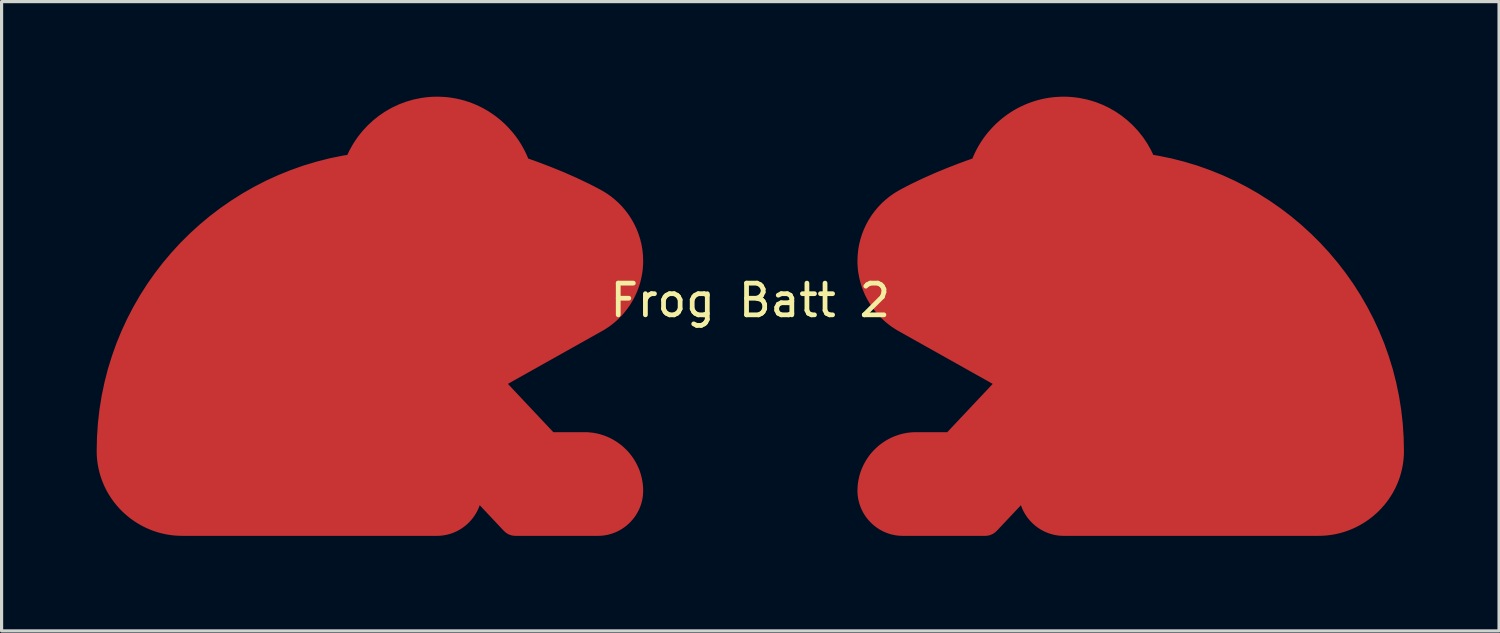
<source format=kicad_pcb>
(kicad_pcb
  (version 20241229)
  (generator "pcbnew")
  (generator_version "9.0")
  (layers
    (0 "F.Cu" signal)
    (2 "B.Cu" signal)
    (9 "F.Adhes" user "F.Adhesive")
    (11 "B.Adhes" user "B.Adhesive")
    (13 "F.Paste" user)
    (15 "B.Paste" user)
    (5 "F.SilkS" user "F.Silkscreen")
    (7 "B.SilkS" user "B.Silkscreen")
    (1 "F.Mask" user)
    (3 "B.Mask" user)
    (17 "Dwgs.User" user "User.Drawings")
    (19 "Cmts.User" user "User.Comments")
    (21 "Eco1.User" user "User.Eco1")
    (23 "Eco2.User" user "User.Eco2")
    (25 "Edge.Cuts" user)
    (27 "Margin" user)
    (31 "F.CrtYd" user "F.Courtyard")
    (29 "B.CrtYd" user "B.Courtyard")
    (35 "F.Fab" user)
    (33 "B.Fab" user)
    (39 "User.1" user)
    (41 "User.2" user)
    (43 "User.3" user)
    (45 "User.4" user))
  (footprint "Frog Batt 2"
    (layer "F.Cu")
    (at 20.62 6.927)
    (property "Reference" "Frog Batt 2" (at 0 -0.5 0) (unlocked yes) (layer "F.SilkS") (effects (font (size 1 1) (thickness 0.15))))
    (fp_poly (pts (xy -6.862 5.157) (xy -5.227 5.157) (xy -5.211 5.157) (xy -5.195 5.158) (xy -5.18 5.16) (xy -5.165 5.162) (xy -5.15 5.165) (xy -5.136 5.168) (xy -5.122 5.172) (xy -5.108 5.177) (xy -5.094 5.182) (xy -5.081 5.188) (xy -5.068 5.194) (xy -5.056 5.201) (xy -5.044 5.208) (xy -5.032 5.216) (xy -5.021 5.224) (xy -5.01 5.233) (xy -4.999 5.242) (xy -4.989 5.252) (xy -4.979 5.262) (xy -4.97 5.272) (xy -4.953 5.295) (xy -4.937 5.319) (xy -4.923 5.344) (xy -4.912 5.37) (xy -4.902 5.398) (xy -4.895 5.427) (xy -6.979 5.427) (xy -9.831 2.396) (xy -9.829 2.293) (xy -9.828 2.191) (xy -9.829 2.141) (xy -9.831 2.092) (xy -9.833 2.043) (xy -9.838 1.995)) (stroke (width 1) (type solid)) (fill yes) (layer "F.Cu"))
    (fp_poly (pts (xy 6.862 5.157) (xy 5.227 5.157) (xy 5.211 5.157) (xy 5.195 5.158) (xy 5.18 5.16) (xy 5.165 5.162) (xy 5.15 5.165) (xy 5.136 5.168) (xy 5.122 5.172) (xy 5.108 5.177) (xy 5.094 5.182) (xy 5.081 5.188) (xy 5.068 5.194) (xy 5.056 5.201) (xy 5.044 5.208) (xy 5.032 5.216) (xy 5.021 5.224) (xy 5.01 5.233) (xy 4.999 5.242) (xy 4.989 5.252) (xy 4.979 5.262) (xy 4.97 5.272) (xy 4.953 5.295) (xy 4.937 5.319) (xy 4.923 5.344) (xy 4.912 5.37) (xy 4.902 5.398) (xy 4.895 5.427) (xy 6.979 5.427) (xy 9.831 2.396) (xy 9.829 2.293) (xy 9.828 2.191) (xy 9.829 2.141) (xy 9.831 2.092) (xy 9.833 2.043) (xy 9.838 1.995)) (stroke (width 1) (type solid)) (fill yes) (layer "F.Cu"))
    (fp_poly (pts (xy -9.809 -5.425) (xy -9.736 -5.42) (xy -9.663 -5.412) (xy -9.592 -5.401) (xy -9.522 -5.386) (xy -9.453 -5.369) (xy -9.385 -5.349) (xy -9.319 -5.326) (xy -9.254 -5.3) (xy -9.19 -5.272) (xy -9.128 -5.24) (xy -9.068 -5.207) (xy -9.009 -5.171) (xy -8.952 -5.132) (xy -8.897 -5.091) (xy -8.844 -5.048) (xy -8.792 -5.002) (xy -8.743 -4.955) (xy -8.695 -4.905) (xy -8.65 -4.854) (xy -8.607 -4.8) (xy -8.566 -4.745) (xy -8.528 -4.687) (xy -8.492 -4.629) (xy -8.458 -4.568) (xy -8.427 -4.506) (xy -8.398 -4.443) (xy -8.373 -4.378) (xy -8.349 -4.311) (xy -8.329 -4.244) (xy -8.312 -4.175) (xy -8.297 -4.105) (xy -8.243 -3.812) (xy -7.961 -3.72) (xy -7.705 -3.632) (xy -7.423 -3.531) (xy -7.069 -3.398) (xy -6.669 -3.24) (xy -6.245 -3.061) (xy -6.032 -2.966) (xy -5.823 -2.868) (xy -5.62 -2.767) (xy -5.427 -2.665) (xy -5.395 -2.647) (xy -5.365 -2.628) (xy -5.335 -2.608) (xy -5.306 -2.588) (xy -5.278 -2.566) (xy -5.25 -2.544) (xy -5.224 -2.521) (xy -5.198 -2.497) (xy -5.174 -2.472) (xy -5.15 -2.447) (xy -5.127 -2.421) (xy -5.105 -2.394) (xy -5.084 -2.367) (xy -5.064 -2.339) (xy -5.044 -2.31) (xy -5.026 -2.281) (xy -5.009 -2.251) (xy -4.993 -2.22) (xy -4.978 -2.189) (xy -4.964 -2.158) (xy -4.951 -2.126) (xy -4.939 -2.093) (xy -4.928 -2.06) (xy -4.918 -2.027) (xy -4.909 -1.993) (xy -4.901 -1.959) (xy -4.895 -1.925) (xy -4.89 -1.89) (xy -4.885 -1.855) (xy -4.882 -1.819) (xy -4.881 -1.784) (xy -4.88 -1.748) (xy -4.882 -1.678) (xy -4.889 -1.608) (xy -4.901 -1.54) (xy -4.917 -1.473) (xy -4.937 -1.408) (xy -4.961 -1.344) (xy -4.99 -1.282) (xy -5.022 -1.223) (xy -5.058 -1.165) (xy -5.098 -1.11) (xy -5.142 -1.058) (xy -5.189 -1.008) (xy -5.24 -0.962) (xy -5.293 -0.918) (xy -5.35 -0.878) (xy -5.411 -0.842) (xy -5.411 -0.842) (xy -9.891 1.672) (xy -9.938 1.475) (xy -9.996 1.289) (xy -10.062 1.112) (xy -10.135 0.945) (xy -10.215 0.788) (xy -10.3 0.641) (xy -10.387 0.504) (xy -10.478 0.377) (xy -10.568 0.26) (xy -10.658 0.153) (xy -10.747 0.057) (xy -10.831 -0.029) (xy -10.912 -0.105) (xy -10.986 -0.171) (xy -11.11 -0.272) (xy -11.22 -0.35) (xy -11.332 -0.424) (xy -11.562 -0.555) (xy -11.801 -0.667) (xy -12.046 -0.758) (xy -12.296 -0.829) (xy -12.55 -0.88) (xy -12.807 -0.91) (xy -13.066 -0.921) (xy -13.324 -0.911) (xy -13.581 -0.88) (xy -13.835 -0.829) (xy -14.086 -0.759) (xy -14.331 -0.667) (xy -14.569 -0.556) (xy -14.8 -0.424) (xy -14.912 -0.35) (xy -15.021 -0.271) (xy -15.941 0.419) (xy -15.978 0.448) (xy -16.013 0.479) (xy -16.046 0.511) (xy -16.077 0.544) (xy -16.106 0.579) (xy -16.134 0.616) (xy -16.159 0.653) (xy -16.183 0.691) (xy -16.204 0.731) (xy -16.223 0.771) (xy -16.241 0.812) (xy -16.256 0.854) (xy -16.27 0.897) (xy -16.281 0.94) (xy -16.291 0.983) (xy -16.298 1.027) (xy -16.303 1.071) (xy -16.306 1.116) (xy -16.307 1.16) (xy -16.306 1.205) (xy -16.303 1.249) (xy -16.298 1.294) (xy -16.29 1.338) (xy -16.281 1.382) (xy -16.269 1.425) (xy -16.255 1.468) (xy -16.239 1.511) (xy -16.221 1.552) (xy -16.201 1.593) (xy -16.178 1.634) (xy -16.153 1.673) (xy -16.126 1.711) (xy -16.126 1.711) (xy -16.097 1.748) (xy -16.066 1.783) (xy -16.033 1.816) (xy -16 1.848) (xy -15.965 1.877) (xy -15.928 1.904) (xy -15.891 1.93) (xy -15.853 1.953) (xy -15.813 1.975) (xy -15.773 1.994) (xy -15.731 2.011) (xy -15.69 2.027) (xy -15.647 2.04) (xy -15.604 2.052) (xy -15.56 2.061) (xy -15.516 2.068) (xy -15.472 2.074) (xy -15.428 2.077) (xy -15.383 2.078) (xy -15.338 2.077) (xy -15.294 2.074) (xy -15.249 2.068) (xy -15.205 2.061) (xy -15.161 2.051) (xy -15.118 2.039) (xy -15.075 2.026) (xy -15.032 2.009) (xy -14.991 1.991) (xy -14.95 1.971) (xy -14.91 1.948) (xy -14.87 1.923) (xy -14.832 1.896) (xy -13.966 1.245) (xy -13.885 1.189) (xy -13.802 1.137) (xy -13.717 1.091) (xy -13.63 1.051) (xy -13.541 1.016) (xy -13.45 0.986) (xy -13.359 0.962) (xy -13.267 0.944) (xy -13.174 0.932) (xy -13.082 0.926) (xy -12.989 0.926) (xy -12.898 0.932) (xy -12.808 0.944) (xy -12.719 0.963) (xy -12.632 0.988) (xy -12.546 1.019) (xy -12.465 1.056) (xy -12.387 1.096) (xy -12.314 1.139) (xy -12.244 1.186) (xy -12.177 1.235) (xy -12.115 1.288) (xy -12.057 1.343) (xy -12.002 1.401) (xy -11.951 1.461) (xy -11.904 1.523) (xy -11.861 1.588) (xy -11.822 1.654) (xy -11.787 1.722) (xy -11.755 1.791) (xy -11.728 1.862) (xy -11.704 1.933) (xy -11.685 2.006) (xy -11.669 2.08) (xy -11.658 2.154) (xy -11.65 2.228) (xy -11.647 2.303) (xy -11.647 2.378) (xy -11.652 2.453) (xy -11.661 2.528) (xy -11.673 2.602) (xy -11.69 2.676) (xy -11.711 2.749) (xy -11.736 2.821) (xy -11.765 2.892) (xy -11.798 2.962) (xy -11.835 3.03) (xy -11.877 3.097) (xy -13.402 5.157) (xy -10.307 5.157) (xy -10.291 5.157) (xy -10.275 5.158) (xy -10.26 5.16) (xy -10.245 5.162) (xy -10.23 5.165) (xy -10.216 5.168) (xy -10.202 5.172) (xy -10.188 5.177) (xy -10.174 5.182) (xy -10.161 5.188) (xy -10.148 5.194) (xy -10.136 5.201) (xy -10.124 5.208) (xy -10.112 5.216) (xy -10.101 5.224) (xy -10.09 5.233) (xy -10.079 5.242) (xy -10.069 5.252) (xy -10.059 5.262) (xy -10.05 5.272) (xy -10.033 5.295) (xy -10.017 5.319) (xy -10.003 5.344) (xy -9.992 5.37) (xy -9.982 5.398) (xy -9.975 5.427) (xy -17.927 5.427) (xy -17.988 5.425) (xy -18.048 5.421) (xy -18.107 5.413) (xy -18.166 5.403) (xy -18.224 5.39) (xy -18.28 5.374) (xy -18.335 5.356) (xy -18.389 5.335) (xy -18.442 5.312) (xy -18.493 5.286) (xy -18.543 5.258) (xy -18.592 5.228) (xy -18.638 5.195) (xy -18.684 5.161) (xy -18.727 5.124) (xy -18.768 5.085) (xy -18.808 5.045) (xy -18.845 5.002) (xy -18.881 4.958) (xy -18.914 4.913) (xy -18.945 4.865) (xy -18.974 4.816) (xy -19.001 4.766) (xy -19.025 4.714) (xy -19.046 4.661) (xy -19.065 4.606) (xy -19.081 4.551) (xy -19.095 4.494) (xy -19.106 4.436) (xy -19.113 4.378) (xy -19.118 4.318) (xy -19.12 4.258) (xy -19.12 4.258) (xy -19.112 3.87) (xy -19.086 3.487) (xy -19.041 3.109) (xy -18.98 2.737) (xy -18.902 2.371) (xy -18.807 2.012) (xy -18.696 1.659) (xy -18.569 1.314) (xy -18.427 0.977) (xy -18.27 0.647) (xy -18.099 0.327) (xy -17.914 0.015) (xy -17.715 -0.288) (xy -17.503 -0.58) (xy -17.278 -0.863) (xy -17.041 -1.134) (xy -16.792 -1.395) (xy -16.532 -1.644) (xy -16.26 -1.882) (xy -15.978 -2.107) (xy -15.686 -2.319) (xy -15.384 -2.518) (xy -15.072 -2.704) (xy -14.751 -2.875) (xy -14.422 -3.032) (xy -14.085 -3.175) (xy -13.74 -3.302) (xy -13.388 -3.413) (xy -13.029 -3.509) (xy -12.663 -3.588) (xy -12.291 -3.65) (xy -11.914 -3.695) (xy -11.538 -3.73) (xy -11.47 -4.103) (xy -11.455 -4.173) (xy -11.438 -4.241) (xy -11.418 -4.309) (xy -11.395 -4.376) (xy -11.369 -4.441) (xy -11.34 -4.504) (xy -11.309 -4.567) (xy -11.276 -4.627) (xy -11.24 -4.686) (xy -11.201 -4.743) (xy -11.16 -4.799) (xy -11.117 -4.852) (xy -11.072 -4.904) (xy -11.025 -4.954) (xy -10.975 -5.001) (xy -10.924 -5.047) (xy -10.87 -5.09) (xy -10.815 -5.131) (xy -10.758 -5.17) (xy -10.699 -5.206) (xy -10.639 -5.24) (xy -10.577 -5.271) (xy -10.513 -5.3) (xy -10.448 -5.326) (xy -10.382 -5.349) (xy -10.314 -5.369) (xy -10.245 -5.386) (xy -10.175 -5.401) (xy -10.104 -5.412) (xy -10.031 -5.42) (xy -9.958 -5.425) (xy -9.883 -5.427)) (stroke (width 1) (type solid)) (fill yes) (layer "F.Cu"))
    (fp_poly (pts (xy 9.809 -5.425) (xy 9.736 -5.42) (xy 9.663 -5.412) (xy 9.592 -5.401) (xy 9.522 -5.386) (xy 9.453 -5.369) (xy 9.385 -5.349) (xy 9.319 -5.326) (xy 9.254 -5.3) (xy 9.19 -5.272) (xy 9.128 -5.24) (xy 9.068 -5.207) (xy 9.009 -5.171) (xy 8.952 -5.132) (xy 8.897 -5.091) (xy 8.844 -5.048) (xy 8.792 -5.002) (xy 8.743 -4.955) (xy 8.695 -4.905) (xy 8.65 -4.854) (xy 8.607 -4.8) (xy 8.566 -4.745) (xy 8.528 -4.687) (xy 8.492 -4.629) (xy 8.458 -4.568) (xy 8.427 -4.506) (xy 8.398 -4.443) (xy 8.373 -4.378) (xy 8.349 -4.311) (xy 8.329 -4.244) (xy 8.312 -4.175) (xy 8.297 -4.105) (xy 8.243 -3.812) (xy 7.961 -3.72) (xy 7.705 -3.632) (xy 7.423 -3.531) (xy 7.069 -3.398) (xy 6.669 -3.24) (xy 6.245 -3.061) (xy 6.032 -2.966) (xy 5.823 -2.868) (xy 5.62 -2.767) (xy 5.427 -2.665) (xy 5.395 -2.647) (xy 5.365 -2.628) (xy 5.335 -2.608) (xy 5.306 -2.588) (xy 5.278 -2.566) (xy 5.25 -2.544) (xy 5.224 -2.521) (xy 5.198 -2.497) (xy 5.174 -2.472) (xy 5.15 -2.447) (xy 5.127 -2.421) (xy 5.105 -2.394) (xy 5.084 -2.367) (xy 5.064 -2.339) (xy 5.044 -2.31) (xy 5.026 -2.281) (xy 5.009 -2.251) (xy 4.993 -2.22) (xy 4.978 -2.189) (xy 4.964 -2.158) (xy 4.951 -2.126) (xy 4.939 -2.093) (xy 4.928 -2.06) (xy 4.918 -2.027) (xy 4.909 -1.993) (xy 4.901 -1.959) (xy 4.895 -1.925) (xy 4.89 -1.89) (xy 4.885 -1.855) (xy 4.882 -1.819) (xy 4.881 -1.784) (xy 4.88 -1.748) (xy 4.882 -1.678) (xy 4.889 -1.608) (xy 4.901 -1.54) (xy 4.917 -1.473) (xy 4.937 -1.408) (xy 4.961 -1.344) (xy 4.99 -1.282) (xy 5.022 -1.223) (xy 5.058 -1.165) (xy 5.098 -1.11) (xy 5.142 -1.058) (xy 5.189 -1.008) (xy 5.24 -0.962) (xy 5.293 -0.918) (xy 5.35 -0.878) (xy 5.411 -0.842) (xy 5.411 -0.842) (xy 9.891 1.672) (xy 9.938 1.475) (xy 9.996 1.289) (xy 10.062 1.112) (xy 10.135 0.945) (xy 10.215 0.788) (xy 10.3 0.641) (xy 10.387 0.504) (xy 10.478 0.377) (xy 10.568 0.26) (xy 10.658 0.153) (xy 10.747 0.057) (xy 10.831 -0.029) (xy 10.912 -0.105) (xy 10.986 -0.171) (xy 11.11 -0.272) (xy 11.22 -0.35) (xy 11.332 -0.424) (xy 11.562 -0.555) (xy 11.801 -0.667) (xy 12.046 -0.758) (xy 12.296 -0.829) (xy 12.55 -0.88) (xy 12.807 -0.91) (xy 13.066 -0.921) (xy 13.324 -0.911) (xy 13.581 -0.88) (xy 13.835 -0.829) (xy 14.086 -0.759) (xy 14.331 -0.667) (xy 14.569 -0.556) (xy 14.8 -0.424) (xy 14.912 -0.35) (xy 15.021 -0.271) (xy 15.941 0.419) (xy 15.978 0.448) (xy 16.013 0.479) (xy 16.046 0.511) (xy 16.077 0.544) (xy 16.106 0.579) (xy 16.134 0.616) (xy 16.159 0.653) (xy 16.183 0.691) (xy 16.204 0.731) (xy 16.223 0.771) (xy 16.241 0.812) (xy 16.256 0.854) (xy 16.27 0.897) (xy 16.281 0.94) (xy 16.291 0.983) (xy 16.298 1.027) (xy 16.303 1.071) (xy 16.306 1.116) (xy 16.307 1.16) (xy 16.306 1.205) (xy 16.303 1.249) (xy 16.298 1.294) (xy 16.29 1.338) (xy 16.281 1.382) (xy 16.269 1.425) (xy 16.255 1.468) (xy 16.239 1.511) (xy 16.221 1.552) (xy 16.201 1.593) (xy 16.178 1.634) (xy 16.153 1.673) (xy 16.126 1.711) (xy 16.126 1.711) (xy 16.097 1.748) (xy 16.066 1.783) (xy 16.033 1.816) (xy 16 1.848) (xy 15.965 1.877) (xy 15.928 1.904) (xy 15.891 1.93) (xy 15.853 1.953) (xy 15.813 1.975) (xy 15.773 1.994) (xy 15.731 2.011) (xy 15.69 2.027) (xy 15.647 2.04) (xy 15.604 2.052) (xy 15.56 2.061) (xy 15.516 2.068) (xy 15.472 2.074) (xy 15.428 2.077) (xy 15.383 2.078) (xy 15.338 2.077) (xy 15.294 2.074) (xy 15.249 2.068) (xy 15.205 2.061) (xy 15.161 2.051) (xy 15.118 2.039) (xy 15.075 2.026) (xy 15.032 2.009) (xy 14.991 1.991) (xy 14.95 1.971) (xy 14.91 1.948) (xy 14.87 1.923) (xy 14.832 1.896) (xy 13.966 1.245) (xy 13.885 1.189) (xy 13.802 1.137) (xy 13.717 1.091) (xy 13.63 1.051) (xy 13.541 1.016) (xy 13.45 0.986) (xy 13.359 0.962) (xy 13.267 0.944) (xy 13.174 0.932) (xy 13.082 0.926) (xy 12.989 0.926) (xy 12.898 0.932) (xy 12.808 0.944) (xy 12.719 0.963) (xy 12.632 0.988) (xy 12.546 1.019) (xy 12.465 1.056) (xy 12.387 1.096) (xy 12.314 1.139) (xy 12.244 1.186) (xy 12.177 1.235) (xy 12.115 1.288) (xy 12.057 1.343) (xy 12.002 1.401) (xy 11.951 1.461) (xy 11.904 1.523) (xy 11.861 1.588) (xy 11.822 1.654) (xy 11.787 1.722) (xy 11.755 1.791) (xy 11.728 1.862) (xy 11.704 1.933) (xy 11.685 2.006) (xy 11.669 2.08) (xy 11.658 2.154) (xy 11.65 2.228) (xy 11.647 2.303) (xy 11.647 2.378) (xy 11.652 2.453) (xy 11.661 2.528) (xy 11.673 2.602) (xy 11.69 2.676) (xy 11.711 2.749) (xy 11.736 2.821) (xy 11.765 2.892) (xy 11.798 2.962) (xy 11.835 3.03) (xy 11.877 3.097) (xy 13.402 5.157) (xy 10.307 5.157) (xy 10.291 5.157) (xy 10.275 5.158) (xy 10.26 5.16) (xy 10.245 5.162) (xy 10.23 5.165) (xy 10.216 5.168) (xy 10.202 5.172) (xy 10.188 5.177) (xy 10.174 5.182) (xy 10.161 5.188) (xy 10.148 5.194) (xy 10.136 5.201) (xy 10.124 5.208) (xy 10.112 5.216) (xy 10.101 5.224) (xy 10.09 5.233) (xy 10.079 5.242) (xy 10.069 5.252) (xy 10.059 5.262) (xy 10.05 5.272) (xy 10.033 5.295) (xy 10.017 5.319) (xy 10.003 5.344) (xy 9.992 5.37) (xy 9.982 5.398) (xy 9.975 5.427) (xy 17.927 5.427) (xy 17.988 5.425) (xy 18.048 5.421) (xy 18.107 5.413) (xy 18.166 5.403) (xy 18.224 5.39) (xy 18.28 5.374) (xy 18.335 5.356) (xy 18.389 5.335) (xy 18.442 5.312) (xy 18.493 5.286) (xy 18.543 5.258) (xy 18.592 5.228) (xy 18.638 5.195) (xy 18.684 5.161) (xy 18.727 5.124) (xy 18.768 5.085) (xy 18.808 5.045) (xy 18.845 5.002) (xy 18.881 4.958) (xy 18.914 4.913) (xy 18.945 4.865) (xy 18.974 4.816) (xy 19.001 4.766) (xy 19.025 4.714) (xy 19.046 4.661) (xy 19.065 4.606) (xy 19.081 4.551) (xy 19.095 4.494) (xy 19.106 4.436) (xy 19.113 4.378) (xy 19.118 4.318) (xy 19.12 4.258) (xy 19.12 4.258) (xy 19.112 3.87) (xy 19.086 3.487) (xy 19.041 3.109) (xy 18.98 2.737) (xy 18.902 2.371) (xy 18.807 2.012) (xy 18.696 1.659) (xy 18.569 1.314) (xy 18.427 0.977) (xy 18.27 0.647) (xy 18.099 0.327) (xy 17.914 0.015) (xy 17.715 -0.288) (xy 17.503 -0.58) (xy 17.278 -0.863) (xy 17.041 -1.134) (xy 16.792 -1.395) (xy 16.532 -1.644) (xy 16.26 -1.882) (xy 15.978 -2.107) (xy 15.686 -2.319) (xy 15.384 -2.518) (xy 15.072 -2.704) (xy 14.751 -2.875) (xy 14.422 -3.032) (xy 14.085 -3.175) (xy 13.74 -3.302) (xy 13.388 -3.413) (xy 13.029 -3.509) (xy 12.663 -3.588) (xy 12.291 -3.65) (xy 11.914 -3.695) (xy 11.538 -3.73) (xy 11.47 -4.103) (xy 11.455 -4.173) (xy 11.438 -4.241) (xy 11.418 -4.309) (xy 11.395 -4.376) (xy 11.369 -4.441) (xy 11.34 -4.504) (xy 11.309 -4.567) (xy 11.276 -4.627) (xy 11.24 -4.686) (xy 11.201 -4.743) (xy 11.16 -4.799) (xy 11.117 -4.852) (xy 11.072 -4.904) (xy 11.025 -4.954) (xy 10.975 -5.001) (xy 10.924 -5.047) (xy 10.87 -5.09) (xy 10.815 -5.131) (xy 10.758 -5.17) (xy 10.699 -5.206) (xy 10.639 -5.24) (xy 10.577 -5.271) (xy 10.513 -5.3) (xy 10.448 -5.326) (xy 10.382 -5.349) (xy 10.314 -5.369) (xy 10.245 -5.386) (xy 10.175 -5.401) (xy 10.104 -5.412) (xy 10.031 -5.42) (xy 9.958 -5.425) (xy 9.883 -5.427)) (stroke (width 1) (type solid)) (fill yes) (layer "F.Cu"))
    (fp_poly (pts (xy -9.774 -6.424) (xy -9.666 -6.418) (xy -9.559 -6.407) (xy -9.454 -6.391) (xy -9.35 -6.372) (xy -9.247 -6.348) (xy -9.146 -6.32) (xy -9.047 -6.288) (xy -8.95 -6.253) (xy -8.854 -6.213) (xy -8.76 -6.17) (xy -8.669 -6.124) (xy -8.579 -6.074) (xy -8.492 -6.02) (xy -8.407 -5.963) (xy -8.324 -5.903) (xy -8.244 -5.84) (xy -8.166 -5.774) (xy -8.091 -5.705) (xy -8.019 -5.633) (xy -7.95 -5.558) (xy -7.883 -5.481) (xy -7.819 -5.401) (xy -7.759 -5.319) (xy -7.701 -5.234) (xy -7.647 -5.146) (xy -7.596 -5.057) (xy -7.549 -4.966) (xy -7.505 -4.872) (xy -7.465 -4.776) (xy -7.428 -4.679) (xy -7.395 -4.58) (xy -7.008 -4.446) (xy -6.732 -4.344) (xy -6.414 -4.221) (xy -6.065 -4.078) (xy -5.698 -3.916) (xy -5.321 -3.737) (xy -5.133 -3.641) (xy -4.946 -3.542) (xy -4.946 -3.542) (xy -4.826 -3.471) (xy -4.713 -3.393) (xy -4.605 -3.307) (xy -4.504 -3.216) (xy -4.409 -3.118) (xy -4.322 -3.014) (xy -4.241 -2.905) (xy -4.168 -2.791) (xy -4.103 -2.673) (xy -4.045 -2.55) (xy -3.996 -2.424) (xy -3.955 -2.294) (xy -3.922 -2.161) (xy -3.899 -2.025) (xy -3.885 -1.887) (xy -3.88 -1.748) (xy -3.881 -1.679) (xy -3.885 -1.61) (xy -3.89 -1.542) (xy -3.898 -1.475) (xy -3.909 -1.408) (xy -3.921 -1.341) (xy -3.936 -1.275) (xy -3.952 -1.21) (xy -3.971 -1.145) (xy -3.992 -1.082) (xy -4.015 -1.019) (xy -4.04 -0.956) (xy -4.067 -0.895) (xy -4.096 -0.835) (xy -4.127 -0.776) (xy -4.16 -0.718) (xy -4.195 -0.66) (xy -4.231 -0.605) (xy -4.269 -0.55) (xy -4.31 -0.496) (xy -4.352 -0.444) (xy -4.395 -0.393) (xy -4.441 -0.344) (xy -4.488 -0.296) (xy -4.536 -0.249) (xy -4.587 -0.204) (xy -4.639 -0.161) (xy -4.692 -0.119) (xy -4.747 -0.079) (xy -4.804 -0.041) (xy -4.862 -0.004) (xy -4.921 0.03) (xy -8.45 2.01) (xy -6.429 4.157) (xy -5.227 4.157) (xy -5.158 4.158) (xy -5.09 4.164) (xy -5.023 4.172) (xy -4.957 4.184) (xy -4.892 4.199) (xy -4.828 4.218) (xy -4.766 4.239) (xy -4.705 4.263) (xy -4.645 4.29) (xy -4.587 4.32) (xy -4.531 4.353) (xy -4.476 4.388) (xy -4.423 4.426) (xy -4.372 4.466) (xy -4.324 4.509) (xy -4.277 4.553) (xy -4.232 4.6) (xy -4.189 4.649) (xy -4.149 4.7) (xy -4.112 4.753) (xy -4.076 4.808) (xy -4.044 4.864) (xy -4.014 4.922) (xy -3.987 4.982) (xy -3.962 5.043) (xy -3.941 5.105) (xy -3.923 5.169) (xy -3.908 5.234) (xy -3.896 5.3) (xy -3.887 5.367) (xy -3.882 5.435) (xy -3.88 5.503) (xy -3.881 5.55) (xy -3.885 5.597) (xy -3.891 5.643) (xy -3.899 5.688) (xy -3.91 5.732) (xy -3.922 5.776) (xy -3.937 5.818) (xy -3.953 5.86) (xy -3.972 5.901) (xy -3.993 5.941) (xy -4.015 5.979) (xy -4.039 6.017) (xy -4.065 6.053) (xy -4.093 6.088) (xy -4.122 6.122) (xy -4.153 6.154) (xy -4.185 6.185) (xy -4.219 6.214) (xy -4.254 6.242) (xy -4.29 6.267) (xy -4.327 6.292) (xy -4.366 6.314) (xy -4.406 6.335) (xy -4.446 6.353) (xy -4.488 6.37) (xy -4.531 6.385) (xy -4.575 6.397) (xy -4.619 6.408) (xy -4.664 6.416) (xy -4.71 6.422) (xy -4.756 6.426) (xy -4.803 6.427) (xy -7.411 6.427) (xy -10.733 2.897) (xy -10.758 2.995) (xy -10.786 3.093) (xy -10.801 3.142) (xy -10.818 3.19) (xy -10.835 3.238) (xy -10.854 3.286) (xy -10.874 3.334) (xy -10.894 3.381) (xy -10.917 3.428) (xy -10.94 3.474) (xy -10.964 3.52) (xy -10.99 3.566) (xy -11.018 3.611) (xy -11.046 3.655) (xy -11.054 3.666) (xy -11.417 4.157) (xy -10.307 4.157) (xy -10.238 4.158) (xy -10.17 4.164) (xy -10.103 4.172) (xy -10.037 4.184) (xy -9.972 4.199) (xy -9.908 4.218) (xy -9.846 4.239) (xy -9.785 4.263) (xy -9.725 4.29) (xy -9.667 4.32) (xy -9.611 4.353) (xy -9.556 4.388) (xy -9.503 4.426) (xy -9.452 4.466) (xy -9.404 4.509) (xy -9.357 4.553) (xy -9.312 4.6) (xy -9.269 4.649) (xy -9.229 4.7) (xy -9.192 4.753) (xy -9.156 4.808) (xy -9.124 4.864) (xy -9.094 4.922) (xy -9.067 4.982) (xy -9.042 5.043) (xy -9.021 5.105) (xy -9.003 5.169) (xy -8.988 5.234) (xy -8.976 5.3) (xy -8.967 5.367) (xy -8.962 5.435) (xy -8.96 5.503) (xy -8.961 5.55) (xy -8.965 5.597) (xy -8.971 5.643) (xy -8.979 5.688) (xy -8.989 5.732) (xy -9.002 5.776) (xy -9.017 5.818) (xy -9.033 5.86) (xy -9.052 5.901) (xy -9.073 5.941) (xy -9.095 5.979) (xy -9.119 6.017) (xy -9.145 6.053) (xy -9.173 6.088) (xy -9.202 6.122) (xy -9.233 6.154) (xy -9.265 6.185) (xy -9.299 6.214) (xy -9.334 6.242) (xy -9.37 6.267) (xy -9.407 6.292) (xy -9.446 6.314) (xy -9.486 6.335) (xy -9.527 6.353) (xy -9.568 6.37) (xy -9.611 6.385) (xy -9.655 6.397) (xy -9.699 6.408) (xy -9.744 6.416) (xy -9.79 6.422) (xy -9.836 6.426) (xy -9.883 6.427) (xy -17.927 6.427) (xy -18.038 6.424) (xy -18.148 6.416) (xy -18.256 6.402) (xy -18.363 6.383) (xy -18.468 6.359) (xy -18.571 6.33) (xy -18.673 6.296) (xy -18.772 6.257) (xy -18.868 6.214) (xy -18.963 6.166) (xy -19.054 6.114) (xy -19.143 6.058) (xy -19.23 5.997) (xy -19.313 5.933) (xy -19.392 5.865) (xy -19.469 5.794) (xy -19.542 5.718) (xy -19.611 5.64) (xy -19.677 5.558) (xy -19.739 5.473) (xy -19.796 5.385) (xy -19.85 5.295) (xy -19.899 5.201) (xy -19.943 5.105) (xy -19.983 5.007) (xy -20.018 4.906) (xy -20.048 4.803) (xy -20.073 4.698) (xy -20.093 4.591) (xy -20.108 4.483) (xy -20.117 4.372) (xy -20.12 4.261) (xy -20.12 4.259) (xy -19.62 4.259) (xy -19.617 4.345) (xy -19.611 4.43) (xy -19.6 4.514) (xy -19.584 4.596) (xy -19.565 4.677) (xy -19.542 4.756) (xy -19.515 4.834) (xy -19.484 4.91) (xy -19.45 4.983) (xy -19.412 5.055) (xy -19.371 5.125) (xy -19.327 5.193) (xy -19.279 5.258) (xy -19.228 5.321) (xy -19.175 5.382) (xy -19.119 5.439) (xy -19.06 5.495) (xy -18.998 5.547) (xy -18.934 5.596) (xy -18.868 5.643) (xy -18.799 5.686) (xy -18.728 5.726) (xy -18.655 5.763) (xy -18.581 5.796) (xy -18.504 5.826) (xy -18.426 5.852) (xy -18.346 5.874) (xy -18.265 5.893) (xy -18.182 5.908) (xy -18.098 5.918) (xy -18.013 5.925) (xy -17.927 5.927) (xy -9.883 5.927) (xy -9.862 5.926) (xy -9.84 5.924) (xy -9.819 5.922) (xy -9.798 5.918) (xy -9.777 5.913) (xy -9.757 5.908) (xy -9.738 5.901) (xy -9.718 5.893) (xy -9.7 5.885) (xy -9.681 5.876) (xy -9.664 5.865) (xy -9.647 5.854) (xy -9.63 5.843) (xy -9.614 5.83) (xy -9.599 5.817) (xy -9.584 5.803) (xy -9.57 5.788) (xy -9.557 5.773) (xy -9.544 5.757) (xy -9.532 5.74) (xy -9.521 5.723) (xy -9.511 5.705) (xy -9.502 5.687) (xy -9.493 5.668) (xy -9.486 5.649) (xy -9.479 5.629) (xy -9.473 5.609) (xy -9.469 5.589) (xy -9.465 5.568) (xy -9.462 5.547) (xy -9.461 5.525) (xy -9.46 5.503) (xy -9.461 5.46) (xy -9.464 5.417) (xy -9.47 5.374) (xy -9.477 5.333) (xy -9.487 5.292) (xy -9.498 5.252) (xy -9.511 5.212) (xy -9.527 5.174) (xy -9.543 5.136) (xy -9.562 5.1) (xy -9.583 5.064) (xy -9.605 5.03) (xy -9.628 4.997) (xy -9.653 4.965) (xy -9.68 4.934) (xy -9.708 4.905) (xy -9.737 4.877) (xy -9.768 4.85) (xy -9.8 4.825) (xy -9.833 4.801) (xy -9.868 4.779) (xy -9.903 4.759) (xy -9.94 4.74) (xy -9.977 4.723) (xy -10.016 4.708) (xy -10.055 4.695) (xy -10.095 4.683) (xy -10.136 4.674) (xy -10.178 4.666) (xy -10.22 4.661) (xy -10.263 4.658) (xy -10.307 4.657) (xy -12.41 4.657) (xy -11.463 3.378) (xy -11.406 3.287) (xy -11.355 3.194) (xy -11.309 3.098) (xy -11.27 3.001) (xy -11.236 2.903) (xy -11.208 2.803) (xy -11.185 2.702) (xy -11.169 2.601) (xy -11.157 2.499) (xy -11.152 2.397) (xy -11.151 2.294) (xy -11.157 2.192) (xy -11.167 2.09) (xy -11.184 1.989) (xy -11.205 1.889) (xy -11.232 1.79) (xy -11.264 1.692) (xy -11.301 1.596) (xy -11.344 1.502) (xy -11.392 1.41) (xy -11.444 1.32) (xy -11.502 1.233) (xy -11.565 1.149) (xy -11.634 1.068) (xy -11.707 0.99) (xy -11.785 0.916) (xy -11.868 0.845) (xy -11.955 0.779) (xy -12.048 0.716) (xy -12.145 0.658) (xy -12.248 0.605) (xy -12.355 0.557) (xy -12.474 0.513) (xy -12.596 0.478) (xy -12.719 0.451) (xy -12.843 0.434) (xy -12.968 0.425) (xy -13.093 0.425) (xy -13.218 0.433) (xy -13.342 0.449) (xy -13.465 0.473) (xy -13.587 0.504) (xy -13.707 0.544) (xy -13.825 0.59) (xy -13.94 0.644) (xy -14.052 0.704) (xy -14.161 0.772) (xy -14.266 0.845) (xy -15.133 1.496) (xy -15.15 1.509) (xy -15.169 1.52) (xy -15.187 1.531) (xy -15.206 1.54) (xy -15.225 1.549) (xy -15.245 1.556) (xy -15.264 1.563) (xy -15.284 1.568) (xy -15.304 1.573) (xy -15.325 1.576) (xy -15.345 1.579) (xy -15.365 1.581) (xy -15.386 1.581) (xy -15.406 1.581) (xy -15.426 1.579) (xy -15.446 1.577) (xy -15.466 1.574) (xy -15.486 1.569) (xy -15.506 1.564) (xy -15.525 1.558) (xy -15.544 1.551) (xy -15.563 1.543) (xy -15.582 1.534) (xy -15.6 1.524) (xy -15.617 1.513) (xy -15.635 1.501) (xy -15.651 1.488) (xy -15.667 1.475) (xy -15.683 1.46) (xy -15.698 1.445) (xy -15.712 1.429) (xy -15.726 1.412) (xy -15.738 1.394) (xy -15.75 1.376) (xy -15.76 1.357) (xy -15.77 1.338) (xy -15.778 1.319) (xy -15.786 1.299) (xy -15.792 1.28) (xy -15.798 1.26) (xy -15.802 1.239) (xy -15.806 1.219) (xy -15.808 1.199) (xy -15.81 1.179) (xy -15.81 1.158) (xy -15.81 1.138) (xy -15.808 1.118) (xy -15.806 1.097) (xy -15.803 1.077) (xy -15.798 1.058) (xy -15.793 1.038) (xy -15.787 1.018) (xy -15.78 0.999) (xy -15.772 0.981) (xy -15.763 0.962) (xy -15.753 0.944) (xy -15.742 0.926) (xy -15.73 0.909) (xy -15.718 0.893) (xy -15.704 0.877) (xy -15.69 0.861) (xy -15.674 0.846) (xy -15.658 0.832) (xy -15.641 0.819) (xy -14.721 0.128) (xy -14.628 0.062) (xy -14.534 -0.000309) (xy -14.339 -0.112) (xy -14.137 -0.206) (xy -13.93 -0.283) (xy -13.718 -0.343) (xy -13.502 -0.386) (xy -13.284 -0.412) (xy -13.066 -0.42) (xy -12.847 -0.412) (xy -12.629 -0.386) (xy -12.414 -0.343) (xy -12.202 -0.283) (xy -11.994 -0.206) (xy -11.792 -0.112) (xy -11.597 -0.000147) (xy -11.503 0.062) (xy -11.41 0.128) (xy -11.349 0.176) (xy -11.276 0.237) (xy -11.192 0.313) (xy -11.101 0.403) (xy -11.005 0.507) (xy -10.907 0.626) (xy -10.808 0.758) (xy -10.76 0.83) (xy -10.712 0.905) (xy -10.666 0.984) (xy -10.621 1.066) (xy -10.578 1.152) (xy -10.537 1.241) (xy -10.499 1.334) (xy -10.464 1.431) (xy -10.431 1.531) (xy -10.402 1.635) (xy -10.377 1.742) (xy -10.356 1.853) (xy -10.339 1.968) (xy -10.327 2.086) (xy -10.32 2.208) (xy -10.318 2.333) (xy -10.321 2.462) (xy -10.331 2.595) (xy -7.195 5.927) (xy -4.803 5.927) (xy -4.782 5.926) (xy -4.76 5.924) (xy -4.739 5.922) (xy -4.718 5.918) (xy -4.697 5.913) (xy -4.677 5.908) (xy -4.658 5.901) (xy -4.638 5.893) (xy -4.62 5.885) (xy -4.601 5.876) (xy -4.584 5.865) (xy -4.567 5.854) (xy -4.55 5.843) (xy -4.534 5.83) (xy -4.519 5.817) (xy -4.504 5.803) (xy -4.49 5.788) (xy -4.477 5.773) (xy -4.464 5.757) (xy -4.452 5.74) (xy -4.441 5.723) (xy -4.431 5.705) (xy -4.422 5.687) (xy -4.413 5.668) (xy -4.406 5.649) (xy -4.399 5.629) (xy -4.393 5.609) (xy -4.389 5.589) (xy -4.385 5.568) (xy -4.382 5.547) (xy -4.381 5.525) (xy -4.38 5.503) (xy -4.381 5.46) (xy -4.384 5.417) (xy -4.39 5.374) (xy -4.397 5.333) (xy -4.407 5.292) (xy -4.418 5.252) (xy -4.431 5.212) (xy -4.447 5.174) (xy -4.463 5.136) (xy -4.482 5.1) (xy -4.503 5.064) (xy -4.525 5.03) (xy -4.548 4.997) (xy -4.573 4.965) (xy -4.6 4.934) (xy -4.628 4.905) (xy -4.657 4.877) (xy -4.688 4.85) (xy -4.72 4.825) (xy -4.753 4.801) (xy -4.788 4.779) (xy -4.823 4.759) (xy -4.86 4.74) (xy -4.897 4.723) (xy -4.936 4.708) (xy -4.975 4.695) (xy -5.015 4.683) (xy -5.056 4.674) (xy -5.098 4.666) (xy -5.14 4.661) (xy -5.183 4.658) (xy -5.227 4.657) (xy -6.646 4.657) (xy -9.252 1.887) (xy -5.166 -0.406) (xy -5.121 -0.432) (xy -5.077 -0.459) (xy -5.034 -0.488) (xy -4.993 -0.519) (xy -4.952 -0.55) (xy -4.913 -0.583) (xy -4.875 -0.617) (xy -4.838 -0.652) (xy -4.803 -0.688) (xy -4.769 -0.725) (xy -4.736 -0.764) (xy -4.704 -0.803) (xy -4.674 -0.844) (xy -4.645 -0.885) (xy -4.617 -0.927) (xy -4.591 -0.97) (xy -4.566 -1.014) (xy -4.543 -1.059) (xy -4.521 -1.104) (xy -4.501 -1.15) (xy -4.482 -1.197) (xy -4.464 -1.245) (xy -4.449 -1.293) (xy -4.435 -1.342) (xy -4.422 -1.391) (xy -4.411 -1.441) (xy -4.402 -1.491) (xy -4.394 -1.542) (xy -4.388 -1.593) (xy -4.383 -1.644) (xy -4.381 -1.696) (xy -4.38 -1.748) (xy -4.384 -1.853) (xy -4.394 -1.957) (xy -4.412 -2.06) (xy -4.436 -2.16) (xy -4.467 -2.258) (xy -4.504 -2.354) (xy -4.548 -2.446) (xy -4.597 -2.536) (xy -4.652 -2.622) (xy -4.713 -2.704) (xy -4.779 -2.782) (xy -4.851 -2.856) (xy -4.928 -2.926) (xy -5.009 -2.99) (xy -5.096 -3.049) (xy -5.186 -3.103) (xy -5.393 -3.212) (xy -5.607 -3.319) (xy -6.048 -3.522) (xy -6.487 -3.707) (xy -6.898 -3.87) (xy -7.547 -4.108) (xy -7.806 -4.195) (xy -7.806 -4.195) (xy -7.825 -4.287) (xy -7.847 -4.377) (xy -7.874 -4.466) (xy -7.904 -4.552) (xy -7.938 -4.638) (xy -7.976 -4.721) (xy -8.017 -4.802) (xy -8.061 -4.881) (xy -8.108 -4.958) (xy -8.159 -5.033) (xy -8.213 -5.106) (xy -8.269 -5.176) (xy -8.329 -5.243) (xy -8.391 -5.308) (xy -8.456 -5.371) (xy -8.524 -5.43) (xy -8.594 -5.487) (xy -8.666 -5.54) (xy -8.741 -5.591) (xy -8.818 -5.638) (xy -8.897 -5.683) (xy -8.978 -5.723) (xy -9.062 -5.761) (xy -9.147 -5.795) (xy -9.234 -5.825) (xy -9.322 -5.851) (xy -9.412 -5.874) (xy -9.504 -5.893) (xy -9.597 -5.907) (xy -9.691 -5.918) (xy -9.787 -5.924) (xy -9.883 -5.927) (xy -9.98 -5.924) (xy -10.076 -5.918) (xy -10.17 -5.907) (xy -10.263 -5.893) (xy -10.355 -5.874) (xy -10.445 -5.851) (xy -10.534 -5.825) (xy -10.621 -5.794) (xy -10.706 -5.76) (xy -10.789 -5.723) (xy -10.87 -5.682) (xy -10.949 -5.638) (xy -11.026 -5.59) (xy -11.101 -5.54) (xy -11.174 -5.486) (xy -11.244 -5.429) (xy -11.311 -5.37) (xy -11.376 -5.307) (xy -11.439 -5.242) (xy -11.498 -5.174) (xy -11.555 -5.104) (xy -11.608 -5.032) (xy -11.659 -4.957) (xy -11.706 -4.879) (xy -11.751 -4.8) (xy -11.792 -4.719) (xy -11.829 -4.635) (xy -11.863 -4.55) (xy -11.893 -4.463) (xy -11.92 -4.374) (xy -11.942 -4.284) (xy -11.961 -4.193) (xy -12.362 -4.145) (xy -12.757 -4.079) (xy -13.145 -3.995) (xy -13.527 -3.893) (xy -13.901 -3.775) (xy -14.268 -3.639) (xy -14.626 -3.488) (xy -14.976 -3.321) (xy -15.317 -3.138) (xy -15.648 -2.941) (xy -15.969 -2.729) (xy -16.28 -2.503) (xy -16.58 -2.264) (xy -16.868 -2.011) (xy -17.145 -1.746) (xy -17.41 -1.469) (xy -17.662 -1.18) (xy -17.901 -0.88) (xy -18.126 -0.569) (xy -18.338 -0.247) (xy -18.535 0.084) (xy -18.717 0.425) (xy -18.883 0.775) (xy -19.034 1.134) (xy -19.169 1.5) (xy -19.287 1.875) (xy -19.388 2.257) (xy -19.471 2.645) (xy -19.537 3.04) (xy -19.583 3.441) (xy -19.611 3.848) (xy -19.62 4.259) (xy -20.12 4.259) (xy -20.111 3.837) (xy -20.083 3.417) (xy -20.036 3.004) (xy -19.97 2.596) (xy -19.886 2.195) (xy -19.785 1.8) (xy -19.665 1.413) (xy -19.53 1.033) (xy -19.377 0.662) (xy -19.209 0.299) (xy -19.025 -0.055) (xy -18.826 -0.4) (xy -18.613 -0.735) (xy -18.385 -1.059) (xy -18.143 -1.373) (xy -17.888 -1.675) (xy -17.621 -1.966) (xy -17.34 -2.245) (xy -17.048 -2.511) (xy -16.744 -2.765) (xy -16.429 -3.005) (xy -16.103 -3.231) (xy -15.767 -3.444) (xy -15.421 -3.641) (xy -15.066 -3.824) (xy -14.702 -3.99) (xy -14.329 -4.141) (xy -13.949 -4.276) (xy -13.56 -4.393) (xy -13.165 -4.494) (xy -12.763 -4.576) (xy -12.354 -4.641) (xy -12.282 -4.832) (xy -12.195 -5.015) (xy -12.095 -5.19) (xy -11.983 -5.357) (xy -11.858 -5.514) (xy -11.722 -5.661) (xy -11.575 -5.797) (xy -11.419 -5.922) (xy -11.253 -6.035) (xy -11.078 -6.135) (xy -10.895 -6.221) (xy -10.705 -6.293) (xy -10.508 -6.351) (xy -10.305 -6.392) (xy -10.201 -6.407) (xy -10.097 -6.418) (xy -9.991 -6.425) (xy -9.883 -6.427)) (stroke (width 1) (type solid)) (fill yes) (layer "F.Cu"))
    (fp_poly (pts (xy 9.774 -6.424) (xy 9.666 -6.418) (xy 9.559 -6.407) (xy 9.454 -6.391) (xy 9.35 -6.372) (xy 9.247 -6.348) (xy 9.146 -6.32) (xy 9.047 -6.288) (xy 8.95 -6.253) (xy 8.854 -6.213) (xy 8.76 -6.17) (xy 8.669 -6.124) (xy 8.579 -6.074) (xy 8.492 -6.02) (xy 8.407 -5.963) (xy 8.324 -5.903) (xy 8.244 -5.84) (xy 8.166 -5.774) (xy 8.091 -5.705) (xy 8.019 -5.633) (xy 7.95 -5.558) (xy 7.883 -5.481) (xy 7.819 -5.401) (xy 7.759 -5.319) (xy 7.701 -5.234) (xy 7.647 -5.146) (xy 7.596 -5.057) (xy 7.549 -4.966) (xy 7.505 -4.872) (xy 7.465 -4.776) (xy 7.428 -4.679) (xy 7.395 -4.58) (xy 7.008 -4.446) (xy 6.732 -4.344) (xy 6.414 -4.221) (xy 6.065 -4.078) (xy 5.698 -3.916) (xy 5.321 -3.737) (xy 5.133 -3.641) (xy 4.946 -3.542) (xy 4.946 -3.542) (xy 4.826 -3.471) (xy 4.713 -3.393) (xy 4.605 -3.307) (xy 4.504 -3.216) (xy 4.409 -3.118) (xy 4.322 -3.014) (xy 4.241 -2.905) (xy 4.168 -2.791) (xy 4.103 -2.673) (xy 4.045 -2.55) (xy 3.996 -2.424) (xy 3.955 -2.294) (xy 3.922 -2.161) (xy 3.899 -2.025) (xy 3.885 -1.887) (xy 3.88 -1.748) (xy 3.881 -1.679) (xy 3.885 -1.61) (xy 3.89 -1.542) (xy 3.898 -1.475) (xy 3.909 -1.408) (xy 3.921 -1.341) (xy 3.936 -1.275) (xy 3.952 -1.21) (xy 3.971 -1.145) (xy 3.992 -1.082) (xy 4.015 -1.019) (xy 4.04 -0.956) (xy 4.067 -0.895) (xy 4.096 -0.835) (xy 4.127 -0.776) (xy 4.16 -0.718) (xy 4.195 -0.66) (xy 4.231 -0.605) (xy 4.269 -0.55) (xy 4.31 -0.496) (xy 4.352 -0.444) (xy 4.395 -0.393) (xy 4.441 -0.344) (xy 4.488 -0.296) (xy 4.536 -0.249) (xy 4.587 -0.204) (xy 4.639 -0.161) (xy 4.692 -0.119) (xy 4.747 -0.079) (xy 4.804 -0.041) (xy 4.862 -0.004) (xy 4.921 0.03) (xy 8.45 2.01) (xy 6.429 4.157) (xy 5.227 4.157) (xy 5.158 4.158) (xy 5.09 4.164) (xy 5.023 4.172) (xy 4.957 4.184) (xy 4.892 4.199) (xy 4.828 4.218) (xy 4.766 4.239) (xy 4.705 4.263) (xy 4.645 4.29) (xy 4.587 4.32) (xy 4.531 4.353) (xy 4.476 4.388) (xy 4.423 4.426) (xy 4.372 4.466) (xy 4.324 4.509) (xy 4.277 4.553) (xy 4.232 4.6) (xy 4.189 4.649) (xy 4.149 4.7) (xy 4.112 4.753) (xy 4.076 4.808) (xy 4.044 4.864) (xy 4.014 4.922) (xy 3.987 4.982) (xy 3.962 5.043) (xy 3.941 5.105) (xy 3.923 5.169) (xy 3.908 5.234) (xy 3.896 5.3) (xy 3.887 5.367) (xy 3.882 5.435) (xy 3.88 5.503) (xy 3.881 5.55) (xy 3.885 5.597) (xy 3.891 5.643) (xy 3.899 5.688) (xy 3.91 5.732) (xy 3.922 5.776) (xy 3.937 5.818) (xy 3.953 5.86) (xy 3.972 5.901) (xy 3.993 5.941) (xy 4.015 5.979) (xy 4.039 6.017) (xy 4.065 6.053) (xy 4.093 6.088) (xy 4.122 6.122) (xy 4.153 6.154) (xy 4.185 6.185) (xy 4.219 6.214) (xy 4.254 6.242) (xy 4.29 6.267) (xy 4.327 6.292) (xy 4.366 6.314) (xy 4.406 6.335) (xy 4.446 6.353) (xy 4.488 6.37) (xy 4.531 6.385) (xy 4.575 6.397) (xy 4.619 6.408) (xy 4.664 6.416) (xy 4.71 6.422) (xy 4.756 6.426) (xy 4.803 6.427) (xy 7.411 6.427) (xy 10.733 2.897) (xy 10.758 2.995) (xy 10.786 3.093) (xy 10.801 3.142) (xy 10.818 3.19) (xy 10.835 3.238) (xy 10.854 3.286) (xy 10.874 3.334) (xy 10.894 3.381) (xy 10.917 3.428) (xy 10.94 3.474) (xy 10.964 3.52) (xy 10.99 3.566) (xy 11.018 3.611) (xy 11.046 3.655) (xy 11.054 3.666) (xy 11.417 4.157) (xy 10.307 4.157) (xy 10.238 4.158) (xy 10.17 4.164) (xy 10.103 4.172) (xy 10.037 4.184) (xy 9.972 4.199) (xy 9.908 4.218) (xy 9.846 4.239) (xy 9.785 4.263) (xy 9.725 4.29) (xy 9.667 4.32) (xy 9.611 4.353) (xy 9.556 4.388) (xy 9.503 4.426) (xy 9.452 4.466) (xy 9.404 4.509) (xy 9.357 4.553) (xy 9.312 4.6) (xy 9.269 4.649) (xy 9.229 4.7) (xy 9.192 4.753) (xy 9.156 4.808) (xy 9.124 4.864) (xy 9.094 4.922) (xy 9.067 4.982) (xy 9.042 5.043) (xy 9.021 5.105) (xy 9.003 5.169) (xy 8.988 5.234) (xy 8.976 5.3) (xy 8.967 5.367) (xy 8.962 5.435) (xy 8.96 5.503) (xy 8.961 5.55) (xy 8.965 5.597) (xy 8.971 5.643) (xy 8.979 5.688) (xy 8.989 5.732) (xy 9.002 5.776) (xy 9.017 5.818) (xy 9.033 5.86) (xy 9.052 5.901) (xy 9.073 5.941) (xy 9.095 5.979) (xy 9.119 6.017) (xy 9.145 6.053) (xy 9.173 6.088) (xy 9.202 6.122) (xy 9.233 6.154) (xy 9.265 6.185) (xy 9.299 6.214) (xy 9.334 6.242) (xy 9.37 6.267) (xy 9.407 6.292) (xy 9.446 6.314) (xy 9.486 6.335) (xy 9.527 6.353) (xy 9.568 6.37) (xy 9.611 6.385) (xy 9.655 6.397) (xy 9.699 6.408) (xy 9.744 6.416) (xy 9.79 6.422) (xy 9.836 6.426) (xy 9.883 6.427) (xy 17.927 6.427) (xy 18.038 6.424) (xy 18.148 6.416) (xy 18.256 6.402) (xy 18.363 6.383) (xy 18.468 6.359) (xy 18.571 6.33) (xy 18.673 6.296) (xy 18.772 6.257) (xy 18.868 6.214) (xy 18.963 6.166) (xy 19.054 6.114) (xy 19.143 6.058) (xy 19.23 5.997) (xy 19.313 5.933) (xy 19.392 5.865) (xy 19.469 5.794) (xy 19.542 5.718) (xy 19.611 5.64) (xy 19.677 5.558) (xy 19.739 5.473) (xy 19.796 5.385) (xy 19.85 5.295) (xy 19.899 5.201) (xy 19.943 5.105) (xy 19.983 5.007) (xy 20.018 4.906) (xy 20.048 4.803) (xy 20.073 4.698) (xy 20.093 4.591) (xy 20.108 4.483) (xy 20.117 4.372) (xy 20.12 4.261) (xy 20.12 4.259) (xy 19.62 4.259) (xy 19.617 4.345) (xy 19.611 4.43) (xy 19.6 4.514) (xy 19.584 4.596) (xy 19.565 4.677) (xy 19.542 4.756) (xy 19.515 4.834) (xy 19.484 4.91) (xy 19.45 4.983) (xy 19.412 5.055) (xy 19.371 5.125) (xy 19.327 5.193) (xy 19.279 5.258) (xy 19.228 5.321) (xy 19.175 5.382) (xy 19.119 5.439) (xy 19.06 5.495) (xy 18.998 5.547) (xy 18.934 5.596) (xy 18.868 5.643) (xy 18.799 5.686) (xy 18.728 5.726) (xy 18.655 5.763) (xy 18.581 5.796) (xy 18.504 5.826) (xy 18.426 5.852) (xy 18.346 5.874) (xy 18.265 5.893) (xy 18.182 5.908) (xy 18.098 5.918) (xy 18.013 5.925) (xy 17.927 5.927) (xy 9.883 5.927) (xy 9.862 5.926) (xy 9.84 5.924) (xy 9.819 5.922) (xy 9.798 5.918) (xy 9.777 5.913) (xy 9.757 5.908) (xy 9.738 5.901) (xy 9.718 5.893) (xy 9.7 5.885) (xy 9.681 5.876) (xy 9.664 5.865) (xy 9.647 5.854) (xy 9.63 5.843) (xy 9.614 5.83) (xy 9.599 5.817) (xy 9.584 5.803) (xy 9.57 5.788) (xy 9.557 5.773) (xy 9.544 5.757) (xy 9.532 5.74) (xy 9.521 5.723) (xy 9.511 5.705) (xy 9.502 5.687) (xy 9.493 5.668) (xy 9.486 5.649) (xy 9.479 5.629) (xy 9.473 5.609) (xy 9.469 5.589) (xy 9.465 5.568) (xy 9.462 5.547) (xy 9.461 5.525) (xy 9.46 5.503) (xy 9.461 5.46) (xy 9.464 5.417) (xy 9.47 5.374) (xy 9.477 5.333) (xy 9.487 5.292) (xy 9.498 5.252) (xy 9.511 5.212) (xy 9.527 5.174) (xy 9.543 5.136) (xy 9.562 5.1) (xy 9.583 5.064) (xy 9.605 5.03) (xy 9.628 4.997) (xy 9.653 4.965) (xy 9.68 4.934) (xy 9.708 4.905) (xy 9.737 4.877) (xy 9.768 4.85) (xy 9.8 4.825) (xy 9.833 4.801) (xy 9.868 4.779) (xy 9.903 4.759) (xy 9.94 4.74) (xy 9.977 4.723) (xy 10.016 4.708) (xy 10.055 4.695) (xy 10.095 4.683) (xy 10.136 4.674) (xy 10.178 4.666) (xy 10.22 4.661) (xy 10.263 4.658) (xy 10.307 4.657) (xy 12.41 4.657) (xy 11.463 3.378) (xy 11.406 3.287) (xy 11.355 3.194) (xy 11.309 3.098) (xy 11.27 3.001) (xy 11.236 2.903) (xy 11.208 2.803) (xy 11.185 2.702) (xy 11.169 2.601) (xy 11.157 2.499) (xy 11.152 2.397) (xy 11.151 2.294) (xy 11.157 2.192) (xy 11.167 2.09) (xy 11.184 1.989) (xy 11.205 1.889) (xy 11.232 1.79) (xy 11.264 1.692) (xy 11.301 1.596) (xy 11.344 1.502) (xy 11.392 1.41) (xy 11.444 1.32) (xy 11.502 1.233) (xy 11.565 1.149) (xy 11.634 1.068) (xy 11.707 0.99) (xy 11.785 0.916) (xy 11.868 0.845) (xy 11.955 0.779) (xy 12.048 0.716) (xy 12.145 0.658) (xy 12.248 0.605) (xy 12.355 0.557) (xy 12.474 0.513) (xy 12.596 0.478) (xy 12.719 0.451) (xy 12.843 0.434) (xy 12.968 0.425) (xy 13.093 0.425) (xy 13.218 0.433) (xy 13.342 0.449) (xy 13.465 0.473) (xy 13.587 0.504) (xy 13.707 0.544) (xy 13.825 0.59) (xy 13.94 0.644) (xy 14.052 0.704) (xy 14.161 0.772) (xy 14.266 0.845) (xy 15.133 1.496) (xy 15.15 1.509) (xy 15.169 1.52) (xy 15.187 1.531) (xy 15.206 1.54) (xy 15.225 1.549) (xy 15.245 1.556) (xy 15.264 1.563) (xy 15.284 1.568) (xy 15.304 1.573) (xy 15.325 1.576) (xy 15.345 1.579) (xy 15.365 1.581) (xy 15.386 1.581) (xy 15.406 1.581) (xy 15.426 1.579) (xy 15.446 1.577) (xy 15.466 1.574) (xy 15.486 1.569) (xy 15.506 1.564) (xy 15.525 1.558) (xy 15.544 1.551) (xy 15.563 1.543) (xy 15.582 1.534) (xy 15.6 1.524) (xy 15.617 1.513) (xy 15.635 1.501) (xy 15.651 1.488) (xy 15.667 1.475) (xy 15.683 1.46) (xy 15.698 1.445) (xy 15.712 1.429) (xy 15.726 1.412) (xy 15.738 1.394) (xy 15.75 1.376) (xy 15.76 1.357) (xy 15.77 1.338) (xy 15.778 1.319) (xy 15.786 1.299) (xy 15.792 1.28) (xy 15.798 1.26) (xy 15.802 1.239) (xy 15.806 1.219) (xy 15.808 1.199) (xy 15.81 1.179) (xy 15.81 1.158) (xy 15.81 1.138) (xy 15.808 1.118) (xy 15.806 1.097) (xy 15.803 1.077) (xy 15.798 1.058) (xy 15.793 1.038) (xy 15.787 1.018) (xy 15.78 0.999) (xy 15.772 0.981) (xy 15.763 0.962) (xy 15.753 0.944) (xy 15.742 0.926) (xy 15.73 0.909) (xy 15.718 0.893) (xy 15.704 0.877) (xy 15.69 0.861) (xy 15.674 0.846) (xy 15.658 0.832) (xy 15.641 0.819) (xy 14.721 0.128) (xy 14.628 0.062) (xy 14.534 -0.000309) (xy 14.339 -0.112) (xy 14.137 -0.206) (xy 13.93 -0.283) (xy 13.718 -0.343) (xy 13.502 -0.386) (xy 13.284 -0.412) (xy 13.066 -0.42) (xy 12.847 -0.412) (xy 12.629 -0.386) (xy 12.414 -0.343) (xy 12.202 -0.283) (xy 11.994 -0.206) (xy 11.792 -0.112) (xy 11.597 -0.000147) (xy 11.503 0.062) (xy 11.41 0.128) (xy 11.349 0.176) (xy 11.276 0.237) (xy 11.192 0.313) (xy 11.101 0.403) (xy 11.005 0.507) (xy 10.907 0.626) (xy 10.808 0.758) (xy 10.76 0.83) (xy 10.712 0.905) (xy 10.666 0.984) (xy 10.621 1.066) (xy 10.578 1.152) (xy 10.537 1.241) (xy 10.499 1.334) (xy 10.464 1.431) (xy 10.431 1.531) (xy 10.402 1.635) (xy 10.377 1.742) (xy 10.356 1.853) (xy 10.339 1.968) (xy 10.327 2.086) (xy 10.32 2.208) (xy 10.318 2.333) (xy 10.321 2.462) (xy 10.331 2.595) (xy 7.195 5.927) (xy 4.803 5.927) (xy 4.782 5.926) (xy 4.76 5.924) (xy 4.739 5.922) (xy 4.718 5.918) (xy 4.697 5.913) (xy 4.677 5.908) (xy 4.658 5.901) (xy 4.638 5.893) (xy 4.62 5.885) (xy 4.601 5.876) (xy 4.584 5.865) (xy 4.567 5.854) (xy 4.55 5.843) (xy 4.534 5.83) (xy 4.519 5.817) (xy 4.504 5.803) (xy 4.49 5.788) (xy 4.477 5.773) (xy 4.464 5.757) (xy 4.452 5.74) (xy 4.441 5.723) (xy 4.431 5.705) (xy 4.422 5.687) (xy 4.413 5.668) (xy 4.406 5.649) (xy 4.399 5.629) (xy 4.393 5.609) (xy 4.389 5.589) (xy 4.385 5.568) (xy 4.382 5.547) (xy 4.381 5.525) (xy 4.38 5.503) (xy 4.381 5.46) (xy 4.384 5.417) (xy 4.39 5.374) (xy 4.397 5.333) (xy 4.407 5.292) (xy 4.418 5.252) (xy 4.431 5.212) (xy 4.447 5.174) (xy 4.463 5.136) (xy 4.482 5.1) (xy 4.503 5.064) (xy 4.525 5.03) (xy 4.548 4.997) (xy 4.573 4.965) (xy 4.6 4.934) (xy 4.628 4.905) (xy 4.657 4.877) (xy 4.688 4.85) (xy 4.72 4.825) (xy 4.753 4.801) (xy 4.788 4.779) (xy 4.823 4.759) (xy 4.86 4.74) (xy 4.897 4.723) (xy 4.936 4.708) (xy 4.975 4.695) (xy 5.015 4.683) (xy 5.056 4.674) (xy 5.098 4.666) (xy 5.14 4.661) (xy 5.183 4.658) (xy 5.227 4.657) (xy 6.646 4.657) (xy 9.252 1.887) (xy 5.166 -0.406) (xy 5.121 -0.432) (xy 5.077 -0.459) (xy 5.034 -0.488) (xy 4.993 -0.519) (xy 4.952 -0.55) (xy 4.913 -0.583) (xy 4.875 -0.617) (xy 4.838 -0.652) (xy 4.803 -0.688) (xy 4.769 -0.725) (xy 4.736 -0.764) (xy 4.704 -0.803) (xy 4.674 -0.844) (xy 4.645 -0.885) (xy 4.617 -0.927) (xy 4.591 -0.97) (xy 4.566 -1.014) (xy 4.543 -1.059) (xy 4.521 -1.104) (xy 4.501 -1.15) (xy 4.482 -1.197) (xy 4.464 -1.245) (xy 4.449 -1.293) (xy 4.435 -1.342) (xy 4.422 -1.391) (xy 4.411 -1.441) (xy 4.402 -1.491) (xy 4.394 -1.542) (xy 4.388 -1.593) (xy 4.383 -1.644) (xy 4.381 -1.696) (xy 4.38 -1.748) (xy 4.384 -1.853) (xy 4.394 -1.957) (xy 4.412 -2.06) (xy 4.436 -2.16) (xy 4.467 -2.258) (xy 4.504 -2.354) (xy 4.548 -2.446) (xy 4.597 -2.536) (xy 4.652 -2.622) (xy 4.713 -2.704) (xy 4.779 -2.782) (xy 4.851 -2.856) (xy 4.928 -2.926) (xy 5.009 -2.99) (xy 5.096 -3.049) (xy 5.186 -3.103) (xy 5.393 -3.212) (xy 5.607 -3.319) (xy 6.048 -3.522) (xy 6.487 -3.707) (xy 6.898 -3.87) (xy 7.547 -4.108) (xy 7.806 -4.195) (xy 7.806 -4.195) (xy 7.825 -4.287) (xy 7.847 -4.377) (xy 7.874 -4.466) (xy 7.904 -4.552) (xy 7.938 -4.638) (xy 7.976 -4.721) (xy 8.017 -4.802) (xy 8.061 -4.881) (xy 8.108 -4.958) (xy 8.159 -5.033) (xy 8.213 -5.106) (xy 8.269 -5.176) (xy 8.329 -5.243) (xy 8.391 -5.308) (xy 8.456 -5.371) (xy 8.524 -5.43) (xy 8.594 -5.487) (xy 8.666 -5.54) (xy 8.741 -5.591) (xy 8.818 -5.638) (xy 8.897 -5.683) (xy 8.978 -5.723) (xy 9.062 -5.761) (xy 9.147 -5.795) (xy 9.234 -5.825) (xy 9.322 -5.851) (xy 9.412 -5.874) (xy 9.504 -5.893) (xy 9.597 -5.907) (xy 9.691 -5.918) (xy 9.787 -5.924) (xy 9.883 -5.927) (xy 9.98 -5.924) (xy 10.076 -5.918) (xy 10.17 -5.907) (xy 10.263 -5.893) (xy 10.355 -5.874) (xy 10.445 -5.851) (xy 10.534 -5.825) (xy 10.621 -5.794) (xy 10.706 -5.76) (xy 10.789 -5.723) (xy 10.87 -5.682) (xy 10.949 -5.638) (xy 11.026 -5.59) (xy 11.101 -5.54) (xy 11.174 -5.486) (xy 11.244 -5.429) (xy 11.311 -5.37) (xy 11.376 -5.307) (xy 11.439 -5.242) (xy 11.498 -5.174) (xy 11.555 -5.104) (xy 11.608 -5.032) (xy 11.659 -4.957) (xy 11.706 -4.879) (xy 11.751 -4.8) (xy 11.792 -4.719) (xy 11.829 -4.635) (xy 11.863 -4.55) (xy 11.893 -4.463) (xy 11.92 -4.374) (xy 11.942 -4.284) (xy 11.961 -4.193) (xy 12.362 -4.145) (xy 12.757 -4.079) (xy 13.145 -3.995) (xy 13.527 -3.893) (xy 13.901 -3.775) (xy 14.268 -3.639) (xy 14.626 -3.488) (xy 14.976 -3.321) (xy 15.317 -3.138) (xy 15.648 -2.941) (xy 15.969 -2.729) (xy 16.28 -2.503) (xy 16.58 -2.264) (xy 16.868 -2.011) (xy 17.145 -1.746) (xy 17.41 -1.469) (xy 17.662 -1.18) (xy 17.901 -0.88) (xy 18.126 -0.569) (xy 18.338 -0.247) (xy 18.535 0.084) (xy 18.717 0.425) (xy 18.883 0.775) (xy 19.034 1.134) (xy 19.169 1.5) (xy 19.287 1.875) (xy 19.388 2.257) (xy 19.471 2.645) (xy 19.537 3.04) (xy 19.583 3.441) (xy 19.611 3.848) (xy 19.62 4.259) (xy 20.12 4.259) (xy 20.111 3.837) (xy 20.083 3.417) (xy 20.036 3.004) (xy 19.97 2.596) (xy 19.886 2.195) (xy 19.785 1.8) (xy 19.665 1.413) (xy 19.53 1.033) (xy 19.377 0.662) (xy 19.209 0.299) (xy 19.025 -0.055) (xy 18.826 -0.4) (xy 18.613 -0.735) (xy 18.385 -1.059) (xy 18.143 -1.373) (xy 17.888 -1.675) (xy 17.621 -1.966) (xy 17.34 -2.245) (xy 17.048 -2.511) (xy 16.744 -2.765) (xy 16.429 -3.005) (xy 16.103 -3.231) (xy 15.767 -3.444) (xy 15.421 -3.641) (xy 15.066 -3.824) (xy 14.702 -3.99) (xy 14.329 -4.141) (xy 13.949 -4.276) (xy 13.56 -4.393) (xy 13.165 -4.494) (xy 12.763 -4.576) (xy 12.354 -4.641) (xy 12.282 -4.832) (xy 12.195 -5.015) (xy 12.095 -5.19) (xy 11.983 -5.357) (xy 11.858 -5.514) (xy 11.722 -5.661) (xy 11.575 -5.797) (xy 11.419 -5.922) (xy 11.253 -6.035) (xy 11.078 -6.135) (xy 10.895 -6.221) (xy 10.705 -6.293) (xy 10.508 -6.351) (xy 10.305 -6.392) (xy 10.201 -6.407) (xy 10.097 -6.418) (xy 9.991 -6.425) (xy 9.883 -6.427)) (stroke (width 1) (type solid)) (fill yes) (layer "F.Cu"))
    (fp_poly (pts (xy -9.877 -4.622) (xy -9.841 -4.617) (xy -9.805 -4.61) (xy -9.77 -4.601) (xy -9.736 -4.591) (xy -9.702 -4.578) (xy -9.669 -4.563) (xy -9.637 -4.547) (xy -9.606 -4.529) (xy -9.575 -4.509) (xy -9.546 -4.488) (xy -9.518 -4.465) (xy -9.49 -4.441) (xy -9.464 -4.416) (xy -9.44 -4.389) (xy -9.416 -4.361) (xy -9.395 -4.332) (xy -9.374 -4.302) (xy -9.355 -4.271) (xy -9.338 -4.239) (xy -9.322 -4.207) (xy -9.308 -4.174) (xy -9.296 -4.14) (xy -9.285 -4.105) (xy -9.277 -4.07) (xy -9.27 -4.035) (xy -9.266 -3.999) (xy -9.264 -3.963) (xy -9.263 -3.927) (xy -9.266 -3.89) (xy -9.27 -3.854) (xy -9.277 -3.818) (xy -9.283 -3.785) (xy -9.292 -3.753) (xy -9.302 -3.722) (xy -9.313 -3.691) (xy -9.326 -3.661) (xy -9.341 -3.631) (xy -9.357 -3.602) (xy -9.375 -3.574) (xy -9.393 -3.547) (xy -9.413 -3.52) (xy -9.435 -3.495) (xy -9.457 -3.47) (xy -9.48 -3.447) (xy -9.505 -3.424) (xy -9.53 -3.403) (xy -9.557 -3.383) (xy -9.584 -3.364) (xy -9.612 -3.347) (xy -9.64 -3.33) (xy -9.67 -3.315) (xy -9.7 -3.302) (xy -9.731 -3.29) (xy -9.762 -3.28) (xy -9.793 -3.271) (xy -9.825 -3.264) (xy -9.858 -3.258) (xy -9.891 -3.254) (xy -9.923 -3.252) (xy -9.957 -3.252) (xy -9.99 -3.254) (xy -10.023 -3.257) (xy -10.056 -3.263) (xy -10.086 -3.268) (xy -10.116 -3.275) (xy -10.145 -3.283) (xy -10.174 -3.293) (xy -10.203 -3.304) (xy -10.23 -3.316) (xy -10.258 -3.329) (xy -10.284 -3.343) (xy -10.311 -3.359) (xy -10.336 -3.376) (xy -10.361 -3.393) (xy -10.385 -3.412) (xy -10.408 -3.432) (xy -10.43 -3.453) (xy -10.451 -3.474) (xy -10.472 -3.497) (xy -10.491 -3.52) (xy -10.51 -3.544) (xy -10.527 -3.569) (xy -10.543 -3.595) (xy -10.558 -3.621) (xy -10.572 -3.648) (xy -10.585 -3.675) (xy -10.596 -3.703) (xy -10.607 -3.731) (xy -10.615 -3.76) (xy -10.623 -3.79) (xy -10.628 -3.819) (xy -10.633 -3.849) (xy -10.636 -3.88) (xy -10.637 -3.911) (xy -10.637 -3.941) (xy -10.636 -3.97) (xy -10.633 -3.999) (xy -10.63 -4.028) (xy -10.625 -4.056) (xy -10.613 -4.112) (xy -10.595 -4.167) (xy -10.573 -4.22) (xy -10.548 -4.272) (xy -10.518 -4.321) (xy -10.484 -4.367) (xy -10.447 -4.411) (xy -10.406 -4.452) (xy -10.385 -4.47) (xy -10.362 -4.488) (xy -10.339 -4.505) (xy -10.315 -4.521) (xy -10.291 -4.536) (xy -10.266 -4.55) (xy -10.24 -4.562) (xy -10.214 -4.574) (xy -10.187 -4.584) (xy -10.159 -4.593) (xy -10.131 -4.6) (xy -10.102 -4.606) (xy -10.091 -4.609) (xy -10.079 -4.611) (xy -10.056 -4.615) (xy -10.032 -4.618) (xy -10.009 -4.621) (xy -9.985 -4.622) (xy -9.961 -4.623) (xy -9.937 -4.624) (xy -9.914 -4.624)) (stroke (width 0.9) (type solid)) (fill yes) (layer "F.Mask"))
    (fp_poly (pts (xy 9.877 -4.622) (xy 9.841 -4.617) (xy 9.805 -4.61) (xy 9.77 -4.601) (xy 9.736 -4.591) (xy 9.702 -4.578) (xy 9.669 -4.563) (xy 9.637 -4.547) (xy 9.606 -4.529) (xy 9.575 -4.509) (xy 9.546 -4.488) (xy 9.518 -4.465) (xy 9.49 -4.441) (xy 9.464 -4.416) (xy 9.44 -4.389) (xy 9.416 -4.361) (xy 9.395 -4.332) (xy 9.374 -4.302) (xy 9.355 -4.271) (xy 9.338 -4.239) (xy 9.322 -4.207) (xy 9.308 -4.174) (xy 9.296 -4.14) (xy 9.285 -4.105) (xy 9.277 -4.07) (xy 9.27 -4.035) (xy 9.266 -3.999) (xy 9.264 -3.963) (xy 9.263 -3.927) (xy 9.266 -3.89) (xy 9.27 -3.854) (xy 9.277 -3.818) (xy 9.283 -3.785) (xy 9.292 -3.753) (xy 9.302 -3.722) (xy 9.313 -3.691) (xy 9.326 -3.661) (xy 9.341 -3.631) (xy 9.357 -3.602) (xy 9.375 -3.574) (xy 9.393 -3.547) (xy 9.413 -3.52) (xy 9.435 -3.495) (xy 9.457 -3.47) (xy 9.48 -3.447) (xy 9.505 -3.424) (xy 9.53 -3.403) (xy 9.557 -3.383) (xy 9.584 -3.364) (xy 9.612 -3.347) (xy 9.64 -3.33) (xy 9.67 -3.315) (xy 9.7 -3.302) (xy 9.731 -3.29) (xy 9.762 -3.28) (xy 9.793 -3.271) (xy 9.825 -3.264) (xy 9.858 -3.258) (xy 9.891 -3.254) (xy 9.923 -3.252) (xy 9.957 -3.252) (xy 9.99 -3.254) (xy 10.023 -3.257) (xy 10.056 -3.263) (xy 10.086 -3.268) (xy 10.116 -3.275) (xy 10.145 -3.283) (xy 10.174 -3.293) (xy 10.203 -3.304) (xy 10.23 -3.316) (xy 10.258 -3.329) (xy 10.284 -3.343) (xy 10.311 -3.359) (xy 10.336 -3.376) (xy 10.361 -3.393) (xy 10.385 -3.412) (xy 10.408 -3.432) (xy 10.43 -3.453) (xy 10.451 -3.474) (xy 10.472 -3.497) (xy 10.491 -3.52) (xy 10.51 -3.544) (xy 10.527 -3.569) (xy 10.543 -3.595) (xy 10.558 -3.621) (xy 10.572 -3.648) (xy 10.585 -3.675) (xy 10.596 -3.703) (xy 10.607 -3.731) (xy 10.615 -3.76) (xy 10.623 -3.79) (xy 10.628 -3.819) (xy 10.633 -3.849) (xy 10.636 -3.88) (xy 10.637 -3.911) (xy 10.637 -3.941) (xy 10.636 -3.97) (xy 10.633 -3.999) (xy 10.63 -4.028) (xy 10.625 -4.056) (xy 10.613 -4.112) (xy 10.595 -4.167) (xy 10.573 -4.22) (xy 10.548 -4.272) (xy 10.518 -4.321) (xy 10.484 -4.367) (xy 10.447 -4.411) (xy 10.406 -4.452) (xy 10.385 -4.47) (xy 10.362 -4.488) (xy 10.339 -4.505) (xy 10.315 -4.521) (xy 10.291 -4.536) (xy 10.266 -4.55) (xy 10.24 -4.562) (xy 10.214 -4.574) (xy 10.187 -4.584) (xy 10.159 -4.593) (xy 10.131 -4.6) (xy 10.102 -4.606) (xy 10.091 -4.609) (xy 10.079 -4.611) (xy 10.056 -4.615) (xy 10.032 -4.618) (xy 10.009 -4.621) (xy 9.985 -4.622) (xy 9.961 -4.623) (xy 9.937 -4.624) (xy 9.914 -4.624)) (stroke (width 0.9) (type solid)) (fill yes) (layer "F.Mask"))
    (fp_poly (pts (xy -9.774 -6.424) (xy -9.666 -6.418) (xy -9.559 -6.407) (xy -9.454 -6.391) (xy -9.35 -6.372) (xy -9.247 -6.348) (xy -9.146 -6.32) (xy -9.047 -6.288) (xy -8.95 -6.253) (xy -8.854 -6.213) (xy -8.76 -6.17) (xy -8.669 -6.124) (xy -8.579 -6.074) (xy -8.492 -6.02) (xy -8.407 -5.963) (xy -8.324 -5.903) (xy -8.244 -5.84) (xy -8.166 -5.774) (xy -8.091 -5.705) (xy -8.019 -5.633) (xy -7.95 -5.558) (xy -7.883 -5.481) (xy -7.819 -5.401) (xy -7.759 -5.319) (xy -7.701 -5.234) (xy -7.647 -5.146) (xy -7.596 -5.057) (xy -7.549 -4.966) (xy -7.505 -4.872) (xy -7.465 -4.776) (xy -7.428 -4.679) (xy -7.395 -4.58) (xy -7.008 -4.446) (xy -6.732 -4.344) (xy -6.414 -4.221) (xy -6.065 -4.078) (xy -5.698 -3.916) (xy -5.321 -3.737) (xy -5.133 -3.641) (xy -4.946 -3.542) (xy -4.946 -3.542) (xy -4.826 -3.471) (xy -4.713 -3.393) (xy -4.605 -3.307) (xy -4.504 -3.216) (xy -4.409 -3.118) (xy -4.322 -3.014) (xy -4.241 -2.905) (xy -4.168 -2.791) (xy -4.103 -2.673) (xy -4.045 -2.55) (xy -3.996 -2.424) (xy -3.955 -2.294) (xy -3.922 -2.161) (xy -3.899 -2.025) (xy -3.885 -1.887) (xy -3.88 -1.748) (xy -3.881 -1.679) (xy -3.885 -1.61) (xy -3.89 -1.542) (xy -3.898 -1.475) (xy -3.909 -1.408) (xy -3.921 -1.341) (xy -3.936 -1.275) (xy -3.952 -1.21) (xy -3.971 -1.145) (xy -3.992 -1.082) (xy -4.015 -1.019) (xy -4.04 -0.956) (xy -4.067 -0.895) (xy -4.096 -0.835) (xy -4.127 -0.776) (xy -4.16 -0.718) (xy -4.195 -0.66) (xy -4.231 -0.605) (xy -4.269 -0.55) (xy -4.31 -0.496) (xy -4.352 -0.444) (xy -4.395 -0.393) (xy -4.441 -0.344) (xy -4.488 -0.296) (xy -4.536 -0.249) (xy -4.587 -0.204) (xy -4.639 -0.161) (xy -4.692 -0.119) (xy -4.747 -0.079) (xy -4.804 -0.041) (xy -4.862 -0.004) (xy -4.921 0.03) (xy -8.45 2.01) (xy -6.429 4.157) (xy -5.227 4.157) (xy -5.158 4.158) (xy -5.09 4.164) (xy -5.023 4.172) (xy -4.957 4.184) (xy -4.892 4.199) (xy -4.828 4.218) (xy -4.766 4.239) (xy -4.705 4.263) (xy -4.645 4.29) (xy -4.587 4.32) (xy -4.531 4.353) (xy -4.476 4.388) (xy -4.423 4.426) (xy -4.372 4.466) (xy -4.324 4.509) (xy -4.277 4.553) (xy -4.232 4.6) (xy -4.189 4.649) (xy -4.149 4.7) (xy -4.112 4.753) (xy -4.076 4.808) (xy -4.044 4.864) (xy -4.014 4.922) (xy -3.987 4.982) (xy -3.962 5.043) (xy -3.941 5.105) (xy -3.923 5.169) (xy -3.908 5.234) (xy -3.896 5.3) (xy -3.887 5.367) (xy -3.882 5.435) (xy -3.88 5.503) (xy -3.881 5.55) (xy -3.885 5.597) (xy -3.891 5.643) (xy -3.899 5.688) (xy -3.91 5.732) (xy -3.922 5.776) (xy -3.937 5.818) (xy -3.953 5.86) (xy -3.972 5.901) (xy -3.993 5.941) (xy -4.015 5.979) (xy -4.039 6.017) (xy -4.065 6.053) (xy -4.093 6.088) (xy -4.122 6.122) (xy -4.153 6.154) (xy -4.185 6.185) (xy -4.219 6.214) (xy -4.254 6.242) (xy -4.29 6.267) (xy -4.327 6.292) (xy -4.366 6.314) (xy -4.406 6.335) (xy -4.446 6.353) (xy -4.488 6.37) (xy -4.531 6.385) (xy -4.575 6.397) (xy -4.619 6.408) (xy -4.664 6.416) (xy -4.71 6.422) (xy -4.756 6.426) (xy -4.803 6.427) (xy -7.411 6.427) (xy -10.733 2.897) (xy -10.758 2.995) (xy -10.786 3.093) (xy -10.801 3.142) (xy -10.818 3.19) (xy -10.835 3.238) (xy -10.854 3.286) (xy -10.874 3.334) (xy -10.894 3.381) (xy -10.917 3.428) (xy -10.94 3.474) (xy -10.964 3.52) (xy -10.99 3.566) (xy -11.018 3.611) (xy -11.046 3.655) (xy -11.054 3.666) (xy -11.417 4.157) (xy -10.307 4.157) (xy -10.238 4.158) (xy -10.17 4.164) (xy -10.103 4.172) (xy -10.037 4.184) (xy -9.972 4.199) (xy -9.908 4.218) (xy -9.846 4.239) (xy -9.785 4.263) (xy -9.725 4.29) (xy -9.667 4.32) (xy -9.611 4.353) (xy -9.556 4.388) (xy -9.503 4.426) (xy -9.452 4.466) (xy -9.404 4.509) (xy -9.357 4.553) (xy -9.312 4.6) (xy -9.269 4.649) (xy -9.229 4.7) (xy -9.192 4.753) (xy -9.156 4.808) (xy -9.124 4.864) (xy -9.094 4.922) (xy -9.067 4.982) (xy -9.042 5.043) (xy -9.021 5.105) (xy -9.003 5.169) (xy -8.988 5.234) (xy -8.976 5.3) (xy -8.967 5.367) (xy -8.962 5.435) (xy -8.96 5.503) (xy -8.961 5.55) (xy -8.965 5.597) (xy -8.971 5.643) (xy -8.979 5.688) (xy -8.989 5.732) (xy -9.002 5.776) (xy -9.017 5.818) (xy -9.033 5.86) (xy -9.052 5.901) (xy -9.073 5.941) (xy -9.095 5.979) (xy -9.119 6.017) (xy -9.145 6.053) (xy -9.173 6.088) (xy -9.202 6.122) (xy -9.233 6.154) (xy -9.265 6.185) (xy -9.299 6.214) (xy -9.334 6.242) (xy -9.37 6.267) (xy -9.407 6.292) (xy -9.446 6.314) (xy -9.486 6.335) (xy -9.527 6.353) (xy -9.568 6.37) (xy -9.611 6.385) (xy -9.655 6.397) (xy -9.699 6.408) (xy -9.744 6.416) (xy -9.79 6.422) (xy -9.836 6.426) (xy -9.883 6.427) (xy -17.927 6.427) (xy -18.038 6.424) (xy -18.148 6.416) (xy -18.256 6.402) (xy -18.363 6.383) (xy -18.468 6.359) (xy -18.571 6.33) (xy -18.673 6.296) (xy -18.772 6.257) (xy -18.868 6.214) (xy -18.963 6.166) (xy -19.054 6.114) (xy -19.143 6.058) (xy -19.23 5.997) (xy -19.313 5.933) (xy -19.392 5.865) (xy -19.469 5.794) (xy -19.542 5.718) (xy -19.611 5.64) (xy -19.677 5.558) (xy -19.739 5.473) (xy -19.796 5.385) (xy -19.85 5.295) (xy -19.899 5.201) (xy -19.943 5.105) (xy -19.983 5.007) (xy -20.018 4.906) (xy -20.048 4.803) (xy -20.073 4.698) (xy -20.093 4.591) (xy -20.108 4.483) (xy -20.117 4.372) (xy -20.12 4.261) (xy -20.12 4.259) (xy -19.62 4.259) (xy -19.617 4.345) (xy -19.611 4.43) (xy -19.6 4.514) (xy -19.584 4.596) (xy -19.565 4.677) (xy -19.542 4.756) (xy -19.515 4.834) (xy -19.484 4.91) (xy -19.45 4.983) (xy -19.412 5.055) (xy -19.371 5.125) (xy -19.327 5.193) (xy -19.279 5.258) (xy -19.228 5.321) (xy -19.175 5.382) (xy -19.119 5.439) (xy -19.06 5.495) (xy -18.998 5.547) (xy -18.934 5.596) (xy -18.868 5.643) (xy -18.799 5.686) (xy -18.728 5.726) (xy -18.655 5.763) (xy -18.581 5.796) (xy -18.504 5.826) (xy -18.426 5.852) (xy -18.346 5.874) (xy -18.265 5.893) (xy -18.182 5.908) (xy -18.098 5.918) (xy -18.013 5.925) (xy -17.927 5.927) (xy -9.883 5.927) (xy -9.862 5.926) (xy -9.84 5.924) (xy -9.819 5.922) (xy -9.798 5.918) (xy -9.777 5.913) (xy -9.757 5.908) (xy -9.738 5.901) (xy -9.718 5.893) (xy -9.7 5.885) (xy -9.681 5.876) (xy -9.664 5.865) (xy -9.647 5.854) (xy -9.63 5.843) (xy -9.614 5.83) (xy -9.599 5.817) (xy -9.584 5.803) (xy -9.57 5.788) (xy -9.557 5.773) (xy -9.544 5.757) (xy -9.532 5.74) (xy -9.521 5.723) (xy -9.511 5.705) (xy -9.502 5.687) (xy -9.493 5.668) (xy -9.486 5.649) (xy -9.479 5.629) (xy -9.473 5.609) (xy -9.469 5.589) (xy -9.465 5.568) (xy -9.462 5.547) (xy -9.461 5.525) (xy -9.46 5.503) (xy -9.461 5.46) (xy -9.464 5.417) (xy -9.47 5.374) (xy -9.477 5.333) (xy -9.487 5.292) (xy -9.498 5.252) (xy -9.511 5.212) (xy -9.527 5.174) (xy -9.543 5.136) (xy -9.562 5.1) (xy -9.583 5.064) (xy -9.605 5.03) (xy -9.628 4.997) (xy -9.653 4.965) (xy -9.68 4.934) (xy -9.708 4.905) (xy -9.737 4.877) (xy -9.768 4.85) (xy -9.8 4.825) (xy -9.833 4.801) (xy -9.868 4.779) (xy -9.903 4.759) (xy -9.94 4.74) (xy -9.977 4.723) (xy -10.016 4.708) (xy -10.055 4.695) (xy -10.095 4.683) (xy -10.136 4.674) (xy -10.178 4.666) (xy -10.22 4.661) (xy -10.263 4.658) (xy -10.307 4.657) (xy -12.41 4.657) (xy -11.463 3.378) (xy -11.406 3.287) (xy -11.355 3.194) (xy -11.309 3.098) (xy -11.27 3.001) (xy -11.236 2.903) (xy -11.208 2.803) (xy -11.185 2.702) (xy -11.169 2.601) (xy -11.157 2.499) (xy -11.152 2.397) (xy -11.151 2.294) (xy -11.157 2.192) (xy -11.167 2.09) (xy -11.184 1.989) (xy -11.205 1.889) (xy -11.232 1.79) (xy -11.264 1.692) (xy -11.301 1.596) (xy -11.344 1.502) (xy -11.392 1.41) (xy -11.444 1.32) (xy -11.502 1.233) (xy -11.565 1.149) (xy -11.634 1.068) (xy -11.707 0.99) (xy -11.785 0.916) (xy -11.868 0.845) (xy -11.955 0.779) (xy -12.048 0.716) (xy -12.145 0.658) (xy -12.248 0.605) (xy -12.355 0.557) (xy -12.474 0.513) (xy -12.596 0.478) (xy -12.719 0.451) (xy -12.843 0.434) (xy -12.968 0.425) (xy -13.093 0.425) (xy -13.218 0.433) (xy -13.342 0.449) (xy -13.465 0.473) (xy -13.587 0.504) (xy -13.707 0.544) (xy -13.825 0.59) (xy -13.94 0.644) (xy -14.052 0.704) (xy -14.161 0.772) (xy -14.266 0.845) (xy -15.133 1.496) (xy -15.15 1.509) (xy -15.169 1.52) (xy -15.187 1.531) (xy -15.206 1.54) (xy -15.225 1.549) (xy -15.245 1.556) (xy -15.264 1.563) (xy -15.284 1.568) (xy -15.304 1.573) (xy -15.325 1.576) (xy -15.345 1.579) (xy -15.365 1.581) (xy -15.386 1.581) (xy -15.406 1.581) (xy -15.426 1.579) (xy -15.446 1.577) (xy -15.466 1.574) (xy -15.486 1.569) (xy -15.506 1.564) (xy -15.525 1.558) (xy -15.544 1.551) (xy -15.563 1.543) (xy -15.582 1.534) (xy -15.6 1.524) (xy -15.617 1.513) (xy -15.635 1.501) (xy -15.651 1.488) (xy -15.667 1.475) (xy -15.683 1.46) (xy -15.698 1.445) (xy -15.712 1.429) (xy -15.726 1.412) (xy -15.738 1.394) (xy -15.75 1.376) (xy -15.76 1.357) (xy -15.77 1.338) (xy -15.778 1.319) (xy -15.786 1.299) (xy -15.792 1.28) (xy -15.798 1.26) (xy -15.802 1.239) (xy -15.806 1.219) (xy -15.808 1.199) (xy -15.81 1.179) (xy -15.81 1.158) (xy -15.81 1.138) (xy -15.808 1.118) (xy -15.806 1.097) (xy -15.803 1.077) (xy -15.798 1.058) (xy -15.793 1.038) (xy -15.787 1.018) (xy -15.78 0.999) (xy -15.772 0.981) (xy -15.763 0.962) (xy -15.753 0.944) (xy -15.742 0.926) (xy -15.73 0.909) (xy -15.718 0.893) (xy -15.704 0.877) (xy -15.69 0.861) (xy -15.674 0.846) (xy -15.658 0.832) (xy -15.641 0.819) (xy -14.721 0.128) (xy -14.628 0.062) (xy -14.534 -0.000309) (xy -14.339 -0.112) (xy -14.137 -0.206) (xy -13.93 -0.283) (xy -13.718 -0.343) (xy -13.502 -0.386) (xy -13.284 -0.412) (xy -13.066 -0.42) (xy -12.847 -0.412) (xy -12.629 -0.386) (xy -12.414 -0.343) (xy -12.202 -0.283) (xy -11.994 -0.206) (xy -11.792 -0.112) (xy -11.597 -0.000146) (xy -11.503 0.062) (xy -11.41 0.128) (xy -11.349 0.176) (xy -11.276 0.237) (xy -11.192 0.313) (xy -11.101 0.403) (xy -11.005 0.507) (xy -10.907 0.626) (xy -10.808 0.758) (xy -10.76 0.83) (xy -10.712 0.905) (xy -10.666 0.984) (xy -10.621 1.066) (xy -10.578 1.152) (xy -10.537 1.241) (xy -10.499 1.334) (xy -10.464 1.431) (xy -10.431 1.531) (xy -10.402 1.635) (xy -10.377 1.742) (xy -10.356 1.853) (xy -10.339 1.968) (xy -10.327 2.086) (xy -10.32 2.208) (xy -10.318 2.333) (xy -10.321 2.462) (xy -10.331 2.595) (xy -7.195 5.927) (xy -4.803 5.927) (xy -4.782 5.926) (xy -4.76 5.924) (xy -4.739 5.922) (xy -4.718 5.918) (xy -4.697 5.913) (xy -4.677 5.908) (xy -4.658 5.901) (xy -4.638 5.893) (xy -4.62 5.885) (xy -4.601 5.876) (xy -4.584 5.865) (xy -4.567 5.854) (xy -4.55 5.843) (xy -4.534 5.83) (xy -4.519 5.817) (xy -4.504 5.803) (xy -4.49 5.788) (xy -4.477 5.773) (xy -4.464 5.757) (xy -4.452 5.74) (xy -4.441 5.723) (xy -4.431 5.705) (xy -4.422 5.687) (xy -4.413 5.668) (xy -4.406 5.649) (xy -4.399 5.629) (xy -4.393 5.609) (xy -4.389 5.589) (xy -4.385 5.568) (xy -4.382 5.547) (xy -4.381 5.525) (xy -4.38 5.503) (xy -4.381 5.46) (xy -4.384 5.417) (xy -4.39 5.374) (xy -4.397 5.333) (xy -4.407 5.292) (xy -4.418 5.252) (xy -4.431 5.212) (xy -4.447 5.174) (xy -4.463 5.136) (xy -4.482 5.1) (xy -4.503 5.064) (xy -4.525 5.03) (xy -4.548 4.997) (xy -4.573 4.965) (xy -4.6 4.934) (xy -4.628 4.905) (xy -4.657 4.877) (xy -4.688 4.85) (xy -4.72 4.825) (xy -4.753 4.801) (xy -4.788 4.779) (xy -4.823 4.759) (xy -4.86 4.74) (xy -4.897 4.723) (xy -4.936 4.708) (xy -4.975 4.695) (xy -5.015 4.683) (xy -5.056 4.674) (xy -5.098 4.666) (xy -5.14 4.661) (xy -5.183 4.658) (xy -5.227 4.657) (xy -6.646 4.657) (xy -9.252 1.887) (xy -5.166 -0.406) (xy -5.121 -0.432) (xy -5.077 -0.459) (xy -5.034 -0.488) (xy -4.993 -0.519) (xy -4.952 -0.55) (xy -4.913 -0.583) (xy -4.875 -0.617) (xy -4.838 -0.652) (xy -4.803 -0.688) (xy -4.769 -0.725) (xy -4.736 -0.764) (xy -4.704 -0.803) (xy -4.674 -0.844) (xy -4.645 -0.885) (xy -4.617 -0.927) (xy -4.591 -0.97) (xy -4.566 -1.014) (xy -4.543 -1.059) (xy -4.521 -1.104) (xy -4.501 -1.15) (xy -4.482 -1.197) (xy -4.464 -1.245) (xy -4.449 -1.293) (xy -4.435 -1.342) (xy -4.422 -1.391) (xy -4.411 -1.441) (xy -4.402 -1.491) (xy -4.394 -1.542) (xy -4.388 -1.593) (xy -4.383 -1.644) (xy -4.381 -1.696) (xy -4.38 -1.748) (xy -4.384 -1.853) (xy -4.394 -1.957) (xy -4.412 -2.06) (xy -4.436 -2.16) (xy -4.467 -2.258) (xy -4.504 -2.354) (xy -4.548 -2.446) (xy -4.597 -2.536) (xy -4.652 -2.622) (xy -4.713 -2.704) (xy -4.779 -2.782) (xy -4.851 -2.856) (xy -4.928 -2.926) (xy -5.009 -2.99) (xy -5.096 -3.049) (xy -5.186 -3.103) (xy -5.393 -3.212) (xy -5.607 -3.319) (xy -6.048 -3.522) (xy -6.487 -3.707) (xy -6.898 -3.87) (xy -7.547 -4.108) (xy -7.806 -4.195) (xy -7.806 -4.195) (xy -7.825 -4.287) (xy -7.847 -4.377) (xy -7.874 -4.466) (xy -7.904 -4.552) (xy -7.938 -4.638) (xy -7.976 -4.721) (xy -8.017 -4.802) (xy -8.061 -4.881) (xy -8.108 -4.958) (xy -8.159 -5.033) (xy -8.213 -5.106) (xy -8.269 -5.176) (xy -8.329 -5.243) (xy -8.391 -5.308) (xy -8.456 -5.371) (xy -8.524 -5.43) (xy -8.594 -5.487) (xy -8.666 -5.54) (xy -8.741 -5.591) (xy -8.818 -5.638) (xy -8.897 -5.683) (xy -8.978 -5.723) (xy -9.062 -5.761) (xy -9.147 -5.795) (xy -9.234 -5.825) (xy -9.322 -5.851) (xy -9.412 -5.874) (xy -9.504 -5.893) (xy -9.597 -5.907) (xy -9.691 -5.918) (xy -9.787 -5.924) (xy -9.883 -5.927) (xy -9.98 -5.924) (xy -10.076 -5.918) (xy -10.17 -5.907) (xy -10.263 -5.893) (xy -10.355 -5.874) (xy -10.445 -5.851) (xy -10.534 -5.825) (xy -10.621 -5.794) (xy -10.706 -5.76) (xy -10.789 -5.723) (xy -10.87 -5.682) (xy -10.949 -5.638) (xy -11.026 -5.59) (xy -11.101 -5.54) (xy -11.174 -5.486) (xy -11.244 -5.429) (xy -11.311 -5.37) (xy -11.376 -5.307) (xy -11.439 -5.242) (xy -11.498 -5.174) (xy -11.555 -5.104) (xy -11.608 -5.032) (xy -11.659 -4.957) (xy -11.706 -4.879) (xy -11.751 -4.8) (xy -11.792 -4.719) (xy -11.829 -4.635) (xy -11.863 -4.55) (xy -11.893 -4.463) (xy -11.92 -4.374) (xy -11.942 -4.284) (xy -11.961 -4.193) (xy -12.362 -4.145) (xy -12.757 -4.079) (xy -13.145 -3.995) (xy -13.527 -3.893) (xy -13.901 -3.775) (xy -14.268 -3.639) (xy -14.626 -3.488) (xy -14.976 -3.321) (xy -15.317 -3.138) (xy -15.648 -2.941) (xy -15.969 -2.729) (xy -16.28 -2.503) (xy -16.58 -2.264) (xy -16.868 -2.011) (xy -17.145 -1.746) (xy -17.41 -1.469) (xy -17.662 -1.18) (xy -17.901 -0.88) (xy -18.126 -0.569) (xy -18.338 -0.247) (xy -18.535 0.084) (xy -18.717 0.425) (xy -18.883 0.775) (xy -19.034 1.134) (xy -19.169 1.5) (xy -19.287 1.875) (xy -19.388 2.257) (xy -19.471 2.645) (xy -19.537 3.04) (xy -19.583 3.441) (xy -19.611 3.848) (xy -19.62 4.259) (xy -20.12 4.259) (xy -20.111 3.837) (xy -20.083 3.417) (xy -20.036 3.004) (xy -19.97 2.596) (xy -19.886 2.195) (xy -19.785 1.8) (xy -19.665 1.413) (xy -19.53 1.033) (xy -19.377 0.662) (xy -19.209 0.299) (xy -19.025 -0.055) (xy -18.826 -0.4) (xy -18.613 -0.735) (xy -18.385 -1.059) (xy -18.143 -1.373) (xy -17.888 -1.675) (xy -17.621 -1.966) (xy -17.34 -2.245) (xy -17.048 -2.511) (xy -16.744 -2.765) (xy -16.429 -3.005) (xy -16.103 -3.231) (xy -15.767 -3.444) (xy -15.421 -3.641) (xy -15.066 -3.824) (xy -14.702 -3.99) (xy -14.329 -4.141) (xy -13.949 -4.276) (xy -13.56 -4.393) (xy -13.165 -4.494) (xy -12.763 -4.576) (xy -12.354 -4.641) (xy -12.282 -4.832) (xy -12.195 -5.015) (xy -12.095 -5.19) (xy -11.983 -5.357) (xy -11.858 -5.514) (xy -11.722 -5.661) (xy -11.575 -5.797) (xy -11.419 -5.922) (xy -11.253 -6.035) (xy -11.078 -6.135) (xy -10.895 -6.221) (xy -10.705 -6.293) (xy -10.508 -6.351) (xy -10.305 -6.392) (xy -10.201 -6.407) (xy -10.097 -6.418) (xy -9.991 -6.425) (xy -9.883 -6.427)) (stroke (width 0.1) (type solid)) (fill yes) (layer "F.Mask"))
    (fp_poly (pts (xy 9.774 -6.424) (xy 9.666 -6.418) (xy 9.559 -6.407) (xy 9.454 -6.391) (xy 9.35 -6.372) (xy 9.247 -6.348) (xy 9.146 -6.32) (xy 9.047 -6.288) (xy 8.95 -6.253) (xy 8.854 -6.213) (xy 8.76 -6.17) (xy 8.669 -6.124) (xy 8.579 -6.074) (xy 8.492 -6.02) (xy 8.407 -5.963) (xy 8.324 -5.903) (xy 8.244 -5.84) (xy 8.166 -5.774) (xy 8.091 -5.705) (xy 8.019 -5.633) (xy 7.95 -5.558) (xy 7.883 -5.481) (xy 7.819 -5.401) (xy 7.759 -5.319) (xy 7.701 -5.234) (xy 7.647 -5.146) (xy 7.596 -5.057) (xy 7.549 -4.966) (xy 7.505 -4.872) (xy 7.465 -4.776) (xy 7.428 -4.679) (xy 7.395 -4.58) (xy 7.008 -4.446) (xy 6.732 -4.344) (xy 6.414 -4.221) (xy 6.065 -4.078) (xy 5.698 -3.916) (xy 5.321 -3.737) (xy 5.133 -3.641) (xy 4.946 -3.542) (xy 4.946 -3.542) (xy 4.826 -3.471) (xy 4.713 -3.393) (xy 4.605 -3.307) (xy 4.504 -3.216) (xy 4.409 -3.118) (xy 4.322 -3.014) (xy 4.241 -2.905) (xy 4.168 -2.791) (xy 4.103 -2.673) (xy 4.045 -2.55) (xy 3.996 -2.424) (xy 3.955 -2.294) (xy 3.922 -2.161) (xy 3.899 -2.025) (xy 3.885 -1.887) (xy 3.88 -1.748) (xy 3.881 -1.679) (xy 3.885 -1.61) (xy 3.89 -1.542) (xy 3.898 -1.475) (xy 3.909 -1.408) (xy 3.921 -1.341) (xy 3.936 -1.275) (xy 3.952 -1.21) (xy 3.971 -1.145) (xy 3.992 -1.082) (xy 4.015 -1.019) (xy 4.04 -0.956) (xy 4.067 -0.895) (xy 4.096 -0.835) (xy 4.127 -0.776) (xy 4.16 -0.718) (xy 4.195 -0.66) (xy 4.231 -0.605) (xy 4.269 -0.55) (xy 4.31 -0.496) (xy 4.352 -0.444) (xy 4.395 -0.393) (xy 4.441 -0.344) (xy 4.488 -0.296) (xy 4.536 -0.249) (xy 4.587 -0.204) (xy 4.639 -0.161) (xy 4.692 -0.119) (xy 4.747 -0.079) (xy 4.804 -0.041) (xy 4.862 -0.004) (xy 4.921 0.03) (xy 8.45 2.01) (xy 6.429 4.157) (xy 5.227 4.157) (xy 5.158 4.158) (xy 5.09 4.164) (xy 5.023 4.172) (xy 4.957 4.184) (xy 4.892 4.199) (xy 4.828 4.218) (xy 4.766 4.239) (xy 4.705 4.263) (xy 4.645 4.29) (xy 4.587 4.32) (xy 4.531 4.353) (xy 4.476 4.388) (xy 4.423 4.426) (xy 4.372 4.466) (xy 4.324 4.509) (xy 4.277 4.553) (xy 4.232 4.6) (xy 4.189 4.649) (xy 4.149 4.7) (xy 4.112 4.753) (xy 4.076 4.808) (xy 4.044 4.864) (xy 4.014 4.922) (xy 3.987 4.982) (xy 3.962 5.043) (xy 3.941 5.105) (xy 3.923 5.169) (xy 3.908 5.234) (xy 3.896 5.3) (xy 3.887 5.367) (xy 3.882 5.435) (xy 3.88 5.503) (xy 3.881 5.55) (xy 3.885 5.597) (xy 3.891 5.643) (xy 3.899 5.688) (xy 3.91 5.732) (xy 3.922 5.776) (xy 3.937 5.818) (xy 3.953 5.86) (xy 3.972 5.901) (xy 3.993 5.941) (xy 4.015 5.979) (xy 4.039 6.017) (xy 4.065 6.053) (xy 4.093 6.088) (xy 4.122 6.122) (xy 4.153 6.154) (xy 4.185 6.185) (xy 4.219 6.214) (xy 4.254 6.242) (xy 4.29 6.267) (xy 4.327 6.292) (xy 4.366 6.314) (xy 4.406 6.335) (xy 4.446 6.353) (xy 4.488 6.37) (xy 4.531 6.385) (xy 4.575 6.397) (xy 4.619 6.408) (xy 4.664 6.416) (xy 4.71 6.422) (xy 4.756 6.426) (xy 4.803 6.427) (xy 7.411 6.427) (xy 10.733 2.897) (xy 10.758 2.995) (xy 10.786 3.093) (xy 10.801 3.142) (xy 10.818 3.19) (xy 10.835 3.238) (xy 10.854 3.286) (xy 10.874 3.334) (xy 10.894 3.381) (xy 10.917 3.428) (xy 10.94 3.474) (xy 10.964 3.52) (xy 10.99 3.566) (xy 11.018 3.611) (xy 11.046 3.655) (xy 11.054 3.666) (xy 11.417 4.157) (xy 10.307 4.157) (xy 10.238 4.158) (xy 10.17 4.164) (xy 10.103 4.172) (xy 10.037 4.184) (xy 9.972 4.199) (xy 9.908 4.218) (xy 9.846 4.239) (xy 9.785 4.263) (xy 9.725 4.29) (xy 9.667 4.32) (xy 9.611 4.353) (xy 9.556 4.388) (xy 9.503 4.426) (xy 9.452 4.466) (xy 9.404 4.509) (xy 9.357 4.553) (xy 9.312 4.6) (xy 9.269 4.649) (xy 9.229 4.7) (xy 9.192 4.753) (xy 9.156 4.808) (xy 9.124 4.864) (xy 9.094 4.922) (xy 9.067 4.982) (xy 9.042 5.043) (xy 9.021 5.105) (xy 9.003 5.169) (xy 8.988 5.234) (xy 8.976 5.3) (xy 8.967 5.367) (xy 8.962 5.435) (xy 8.96 5.503) (xy 8.961 5.55) (xy 8.965 5.597) (xy 8.971 5.643) (xy 8.979 5.688) (xy 8.989 5.732) (xy 9.002 5.776) (xy 9.017 5.818) (xy 9.033 5.86) (xy 9.052 5.901) (xy 9.073 5.941) (xy 9.095 5.979) (xy 9.119 6.017) (xy 9.145 6.053) (xy 9.173 6.088) (xy 9.202 6.122) (xy 9.233 6.154) (xy 9.265 6.185) (xy 9.299 6.214) (xy 9.334 6.242) (xy 9.37 6.267) (xy 9.407 6.292) (xy 9.446 6.314) (xy 9.486 6.335) (xy 9.527 6.353) (xy 9.568 6.37) (xy 9.611 6.385) (xy 9.655 6.397) (xy 9.699 6.408) (xy 9.744 6.416) (xy 9.79 6.422) (xy 9.836 6.426) (xy 9.883 6.427) (xy 17.927 6.427) (xy 18.038 6.424) (xy 18.148 6.416) (xy 18.256 6.402) (xy 18.363 6.383) (xy 18.468 6.359) (xy 18.571 6.33) (xy 18.673 6.296) (xy 18.772 6.257) (xy 18.868 6.214) (xy 18.963 6.166) (xy 19.054 6.114) (xy 19.143 6.058) (xy 19.23 5.997) (xy 19.313 5.933) (xy 19.392 5.865) (xy 19.469 5.794) (xy 19.542 5.718) (xy 19.611 5.64) (xy 19.677 5.558) (xy 19.739 5.473) (xy 19.796 5.385) (xy 19.85 5.295) (xy 19.899 5.201) (xy 19.943 5.105) (xy 19.983 5.007) (xy 20.018 4.906) (xy 20.048 4.803) (xy 20.073 4.698) (xy 20.093 4.591) (xy 20.108 4.483) (xy 20.117 4.372) (xy 20.12 4.261) (xy 20.12 4.259) (xy 19.62 4.259) (xy 19.617 4.345) (xy 19.611 4.43) (xy 19.6 4.514) (xy 19.584 4.596) (xy 19.565 4.677) (xy 19.542 4.756) (xy 19.515 4.834) (xy 19.484 4.91) (xy 19.45 4.983) (xy 19.412 5.055) (xy 19.371 5.125) (xy 19.327 5.193) (xy 19.279 5.258) (xy 19.228 5.321) (xy 19.175 5.382) (xy 19.119 5.439) (xy 19.06 5.495) (xy 18.998 5.547) (xy 18.934 5.596) (xy 18.868 5.643) (xy 18.799 5.686) (xy 18.728 5.726) (xy 18.655 5.763) (xy 18.581 5.796) (xy 18.504 5.826) (xy 18.426 5.852) (xy 18.346 5.874) (xy 18.265 5.893) (xy 18.182 5.908) (xy 18.098 5.918) (xy 18.013 5.925) (xy 17.927 5.927) (xy 9.883 5.927) (xy 9.862 5.926) (xy 9.84 5.924) (xy 9.819 5.922) (xy 9.798 5.918) (xy 9.777 5.913) (xy 9.757 5.908) (xy 9.738 5.901) (xy 9.718 5.893) (xy 9.7 5.885) (xy 9.681 5.876) (xy 9.664 5.865) (xy 9.647 5.854) (xy 9.63 5.843) (xy 9.614 5.83) (xy 9.599 5.817) (xy 9.584 5.803) (xy 9.57 5.788) (xy 9.557 5.773) (xy 9.544 5.757) (xy 9.532 5.74) (xy 9.521 5.723) (xy 9.511 5.705) (xy 9.502 5.687) (xy 9.493 5.668) (xy 9.486 5.649) (xy 9.479 5.629) (xy 9.473 5.609) (xy 9.469 5.589) (xy 9.465 5.568) (xy 9.462 5.547) (xy 9.461 5.525) (xy 9.46 5.503) (xy 9.461 5.46) (xy 9.464 5.417) (xy 9.47 5.374) (xy 9.477 5.333) (xy 9.487 5.292) (xy 9.498 5.252) (xy 9.511 5.212) (xy 9.527 5.174) (xy 9.543 5.136) (xy 9.562 5.1) (xy 9.583 5.064) (xy 9.605 5.03) (xy 9.628 4.997) (xy 9.653 4.965) (xy 9.68 4.934) (xy 9.708 4.905) (xy 9.737 4.877) (xy 9.768 4.85) (xy 9.8 4.825) (xy 9.833 4.801) (xy 9.868 4.779) (xy 9.903 4.759) (xy 9.94 4.74) (xy 9.977 4.723) (xy 10.016 4.708) (xy 10.055 4.695) (xy 10.095 4.683) (xy 10.136 4.674) (xy 10.178 4.666) (xy 10.22 4.661) (xy 10.263 4.658) (xy 10.307 4.657) (xy 12.41 4.657) (xy 11.463 3.378) (xy 11.406 3.287) (xy 11.355 3.194) (xy 11.309 3.098) (xy 11.27 3.001) (xy 11.236 2.903) (xy 11.208 2.803) (xy 11.185 2.702) (xy 11.169 2.601) (xy 11.157 2.499) (xy 11.152 2.397) (xy 11.151 2.294) (xy 11.157 2.192) (xy 11.167 2.09) (xy 11.184 1.989) (xy 11.205 1.889) (xy 11.232 1.79) (xy 11.264 1.692) (xy 11.301 1.596) (xy 11.344 1.502) (xy 11.392 1.41) (xy 11.444 1.32) (xy 11.502 1.233) (xy 11.565 1.149) (xy 11.634 1.068) (xy 11.707 0.99) (xy 11.785 0.916) (xy 11.868 0.845) (xy 11.955 0.779) (xy 12.048 0.716) (xy 12.145 0.658) (xy 12.248 0.605) (xy 12.355 0.557) (xy 12.474 0.513) (xy 12.596 0.478) (xy 12.719 0.451) (xy 12.843 0.434) (xy 12.968 0.425) (xy 13.093 0.425) (xy 13.218 0.433) (xy 13.342 0.449) (xy 13.465 0.473) (xy 13.587 0.504) (xy 13.707 0.544) (xy 13.825 0.59) (xy 13.94 0.644) (xy 14.052 0.704) (xy 14.161 0.772) (xy 14.266 0.845) (xy 15.133 1.496) (xy 15.15 1.509) (xy 15.169 1.52) (xy 15.187 1.531) (xy 15.206 1.54) (xy 15.225 1.549) (xy 15.245 1.556) (xy 15.264 1.563) (xy 15.284 1.568) (xy 15.304 1.573) (xy 15.325 1.576) (xy 15.345 1.579) (xy 15.365 1.581) (xy 15.386 1.581) (xy 15.406 1.581) (xy 15.426 1.579) (xy 15.446 1.577) (xy 15.466 1.574) (xy 15.486 1.569) (xy 15.506 1.564) (xy 15.525 1.558) (xy 15.544 1.551) (xy 15.563 1.543) (xy 15.582 1.534) (xy 15.6 1.524) (xy 15.617 1.513) (xy 15.635 1.501) (xy 15.651 1.488) (xy 15.667 1.475) (xy 15.683 1.46) (xy 15.698 1.445) (xy 15.712 1.429) (xy 15.726 1.412) (xy 15.738 1.394) (xy 15.75 1.376) (xy 15.76 1.357) (xy 15.77 1.338) (xy 15.778 1.319) (xy 15.786 1.299) (xy 15.792 1.28) (xy 15.798 1.26) (xy 15.802 1.239) (xy 15.806 1.219) (xy 15.808 1.199) (xy 15.81 1.179) (xy 15.81 1.158) (xy 15.81 1.138) (xy 15.808 1.118) (xy 15.806 1.097) (xy 15.803 1.077) (xy 15.798 1.058) (xy 15.793 1.038) (xy 15.787 1.018) (xy 15.78 0.999) (xy 15.772 0.981) (xy 15.763 0.962) (xy 15.753 0.944) (xy 15.742 0.926) (xy 15.73 0.909) (xy 15.718 0.893) (xy 15.704 0.877) (xy 15.69 0.861) (xy 15.674 0.846) (xy 15.658 0.832) (xy 15.641 0.819) (xy 14.721 0.128) (xy 14.628 0.062) (xy 14.534 -0.000309) (xy 14.339 -0.112) (xy 14.137 -0.206) (xy 13.93 -0.283) (xy 13.718 -0.343) (xy 13.502 -0.386) (xy 13.284 -0.412) (xy 13.066 -0.42) (xy 12.847 -0.412) (xy 12.629 -0.386) (xy 12.414 -0.343) (xy 12.202 -0.283) (xy 11.994 -0.206) (xy 11.792 -0.112) (xy 11.597 -0.000146) (xy 11.503 0.062) (xy 11.41 0.128) (xy 11.349 0.176) (xy 11.276 0.237) (xy 11.192 0.313) (xy 11.101 0.403) (xy 11.005 0.507) (xy 10.907 0.626) (xy 10.808 0.758) (xy 10.76 0.83) (xy 10.712 0.905) (xy 10.666 0.984) (xy 10.621 1.066) (xy 10.578 1.152) (xy 10.537 1.241) (xy 10.499 1.334) (xy 10.464 1.431) (xy 10.431 1.531) (xy 10.402 1.635) (xy 10.377 1.742) (xy 10.356 1.853) (xy 10.339 1.968) (xy 10.327 2.086) (xy 10.32 2.208) (xy 10.318 2.333) (xy 10.321 2.462) (xy 10.331 2.595) (xy 7.195 5.927) (xy 4.803 5.927) (xy 4.782 5.926) (xy 4.76 5.924) (xy 4.739 5.922) (xy 4.718 5.918) (xy 4.697 5.913) (xy 4.677 5.908) (xy 4.658 5.901) (xy 4.638 5.893) (xy 4.62 5.885) (xy 4.601 5.876) (xy 4.584 5.865) (xy 4.567 5.854) (xy 4.55 5.843) (xy 4.534 5.83) (xy 4.519 5.817) (xy 4.504 5.803) (xy 4.49 5.788) (xy 4.477 5.773) (xy 4.464 5.757) (xy 4.452 5.74) (xy 4.441 5.723) (xy 4.431 5.705) (xy 4.422 5.687) (xy 4.413 5.668) (xy 4.406 5.649) (xy 4.399 5.629) (xy 4.393 5.609) (xy 4.389 5.589) (xy 4.385 5.568) (xy 4.382 5.547) (xy 4.381 5.525) (xy 4.38 5.503) (xy 4.381 5.46) (xy 4.384 5.417) (xy 4.39 5.374) (xy 4.397 5.333) (xy 4.407 5.292) (xy 4.418 5.252) (xy 4.431 5.212) (xy 4.447 5.174) (xy 4.463 5.136) (xy 4.482 5.1) (xy 4.503 5.064) (xy 4.525 5.03) (xy 4.548 4.997) (xy 4.573 4.965) (xy 4.6 4.934) (xy 4.628 4.905) (xy 4.657 4.877) (xy 4.688 4.85) (xy 4.72 4.825) (xy 4.753 4.801) (xy 4.788 4.779) (xy 4.823 4.759) (xy 4.86 4.74) (xy 4.897 4.723) (xy 4.936 4.708) (xy 4.975 4.695) (xy 5.015 4.683) (xy 5.056 4.674) (xy 5.098 4.666) (xy 5.14 4.661) (xy 5.183 4.658) (xy 5.227 4.657) (xy 6.646 4.657) (xy 9.252 1.887) (xy 5.166 -0.406) (xy 5.121 -0.432) (xy 5.077 -0.459) (xy 5.034 -0.488) (xy 4.993 -0.519) (xy 4.952 -0.55) (xy 4.913 -0.583) (xy 4.875 -0.617) (xy 4.838 -0.652) (xy 4.803 -0.688) (xy 4.769 -0.725) (xy 4.736 -0.764) (xy 4.704 -0.803) (xy 4.674 -0.844) (xy 4.645 -0.885) (xy 4.617 -0.927) (xy 4.591 -0.97) (xy 4.566 -1.014) (xy 4.543 -1.059) (xy 4.521 -1.104) (xy 4.501 -1.15) (xy 4.482 -1.197) (xy 4.464 -1.245) (xy 4.449 -1.293) (xy 4.435 -1.342) (xy 4.422 -1.391) (xy 4.411 -1.441) (xy 4.402 -1.491) (xy 4.394 -1.542) (xy 4.388 -1.593) (xy 4.383 -1.644) (xy 4.381 -1.696) (xy 4.38 -1.748) (xy 4.384 -1.853) (xy 4.394 -1.957) (xy 4.412 -2.06) (xy 4.436 -2.16) (xy 4.467 -2.258) (xy 4.504 -2.354) (xy 4.548 -2.446) (xy 4.597 -2.536) (xy 4.652 -2.622) (xy 4.713 -2.704) (xy 4.779 -2.782) (xy 4.851 -2.856) (xy 4.928 -2.926) (xy 5.009 -2.99) (xy 5.096 -3.049) (xy 5.186 -3.103) (xy 5.393 -3.212) (xy 5.607 -3.319) (xy 6.048 -3.522) (xy 6.487 -3.707) (xy 6.898 -3.87) (xy 7.547 -4.108) (xy 7.806 -4.195) (xy 7.806 -4.195) (xy 7.825 -4.287) (xy 7.847 -4.377) (xy 7.874 -4.466) (xy 7.904 -4.552) (xy 7.938 -4.638) (xy 7.976 -4.721) (xy 8.017 -4.802) (xy 8.061 -4.881) (xy 8.108 -4.958) (xy 8.159 -5.033) (xy 8.213 -5.106) (xy 8.269 -5.176) (xy 8.329 -5.243) (xy 8.391 -5.308) (xy 8.456 -5.371) (xy 8.524 -5.43) (xy 8.594 -5.487) (xy 8.666 -5.54) (xy 8.741 -5.591) (xy 8.818 -5.638) (xy 8.897 -5.683) (xy 8.978 -5.723) (xy 9.062 -5.761) (xy 9.147 -5.795) (xy 9.234 -5.825) (xy 9.322 -5.851) (xy 9.412 -5.874) (xy 9.504 -5.893) (xy 9.597 -5.907) (xy 9.691 -5.918) (xy 9.787 -5.924) (xy 9.883 -5.927) (xy 9.98 -5.924) (xy 10.076 -5.918) (xy 10.17 -5.907) (xy 10.263 -5.893) (xy 10.355 -5.874) (xy 10.445 -5.851) (xy 10.534 -5.825) (xy 10.621 -5.794) (xy 10.706 -5.76) (xy 10.789 -5.723) (xy 10.87 -5.682) (xy 10.949 -5.638) (xy 11.026 -5.59) (xy 11.101 -5.54) (xy 11.174 -5.486) (xy 11.244 -5.429) (xy 11.311 -5.37) (xy 11.376 -5.307) (xy 11.439 -5.242) (xy 11.498 -5.174) (xy 11.555 -5.104) (xy 11.608 -5.032) (xy 11.659 -4.957) (xy 11.706 -4.879) (xy 11.751 -4.8) (xy 11.792 -4.719) (xy 11.829 -4.635) (xy 11.863 -4.55) (xy 11.893 -4.463) (xy 11.92 -4.374) (xy 11.942 -4.284) (xy 11.961 -4.193) (xy 12.362 -4.145) (xy 12.757 -4.079) (xy 13.145 -3.995) (xy 13.527 -3.893) (xy 13.901 -3.775) (xy 14.268 -3.639) (xy 14.626 -3.488) (xy 14.976 -3.321) (xy 15.317 -3.138) (xy 15.648 -2.941) (xy 15.969 -2.729) (xy 16.28 -2.503) (xy 16.58 -2.264) (xy 16.868 -2.011) (xy 17.145 -1.746) (xy 17.41 -1.469) (xy 17.662 -1.18) (xy 17.901 -0.88) (xy 18.126 -0.569) (xy 18.338 -0.247) (xy 18.535 0.084) (xy 18.717 0.425) (xy 18.883 0.775) (xy 19.034 1.134) (xy 19.169 1.5) (xy 19.287 1.875) (xy 19.388 2.257) (xy 19.471 2.645) (xy 19.537 3.04) (xy 19.583 3.441) (xy 19.611 3.848) (xy 19.62 4.259) (xy 20.12 4.259) (xy 20.111 3.837) (xy 20.083 3.417) (xy 20.036 3.004) (xy 19.97 2.596) (xy 19.886 2.195) (xy 19.785 1.8) (xy 19.665 1.413) (xy 19.53 1.033) (xy 19.377 0.662) (xy 19.209 0.299) (xy 19.025 -0.055) (xy 18.826 -0.4) (xy 18.613 -0.735) (xy 18.385 -1.059) (xy 18.143 -1.373) (xy 17.888 -1.675) (xy 17.621 -1.966) (xy 17.34 -2.245) (xy 17.048 -2.511) (xy 16.744 -2.765) (xy 16.429 -3.005) (xy 16.103 -3.231) (xy 15.767 -3.444) (xy 15.421 -3.641) (xy 15.066 -3.824) (xy 14.702 -3.99) (xy 14.329 -4.141) (xy 13.949 -4.276) (xy 13.56 -4.393) (xy 13.165 -4.494) (xy 12.763 -4.576) (xy 12.354 -4.641) (xy 12.282 -4.832) (xy 12.195 -5.015) (xy 12.095 -5.19) (xy 11.983 -5.357) (xy 11.858 -5.514) (xy 11.722 -5.661) (xy 11.575 -5.797) (xy 11.419 -5.922) (xy 11.253 -6.035) (xy 11.078 -6.135) (xy 10.895 -6.221) (xy 10.705 -6.293) (xy 10.508 -6.351) (xy 10.305 -6.392) (xy 10.201 -6.407) (xy 10.097 -6.418) (xy 9.991 -6.425) (xy 9.883 -6.427)) (stroke (width 0.1) (type solid)) (fill yes) (layer "F.Mask")))
  (gr_rect
    (start -3 -3)
    (end 44.24 16.854)
    (stroke (width 0.1) (type default))
    (fill no)
    (layer "Edge.Cuts")))
</source>
